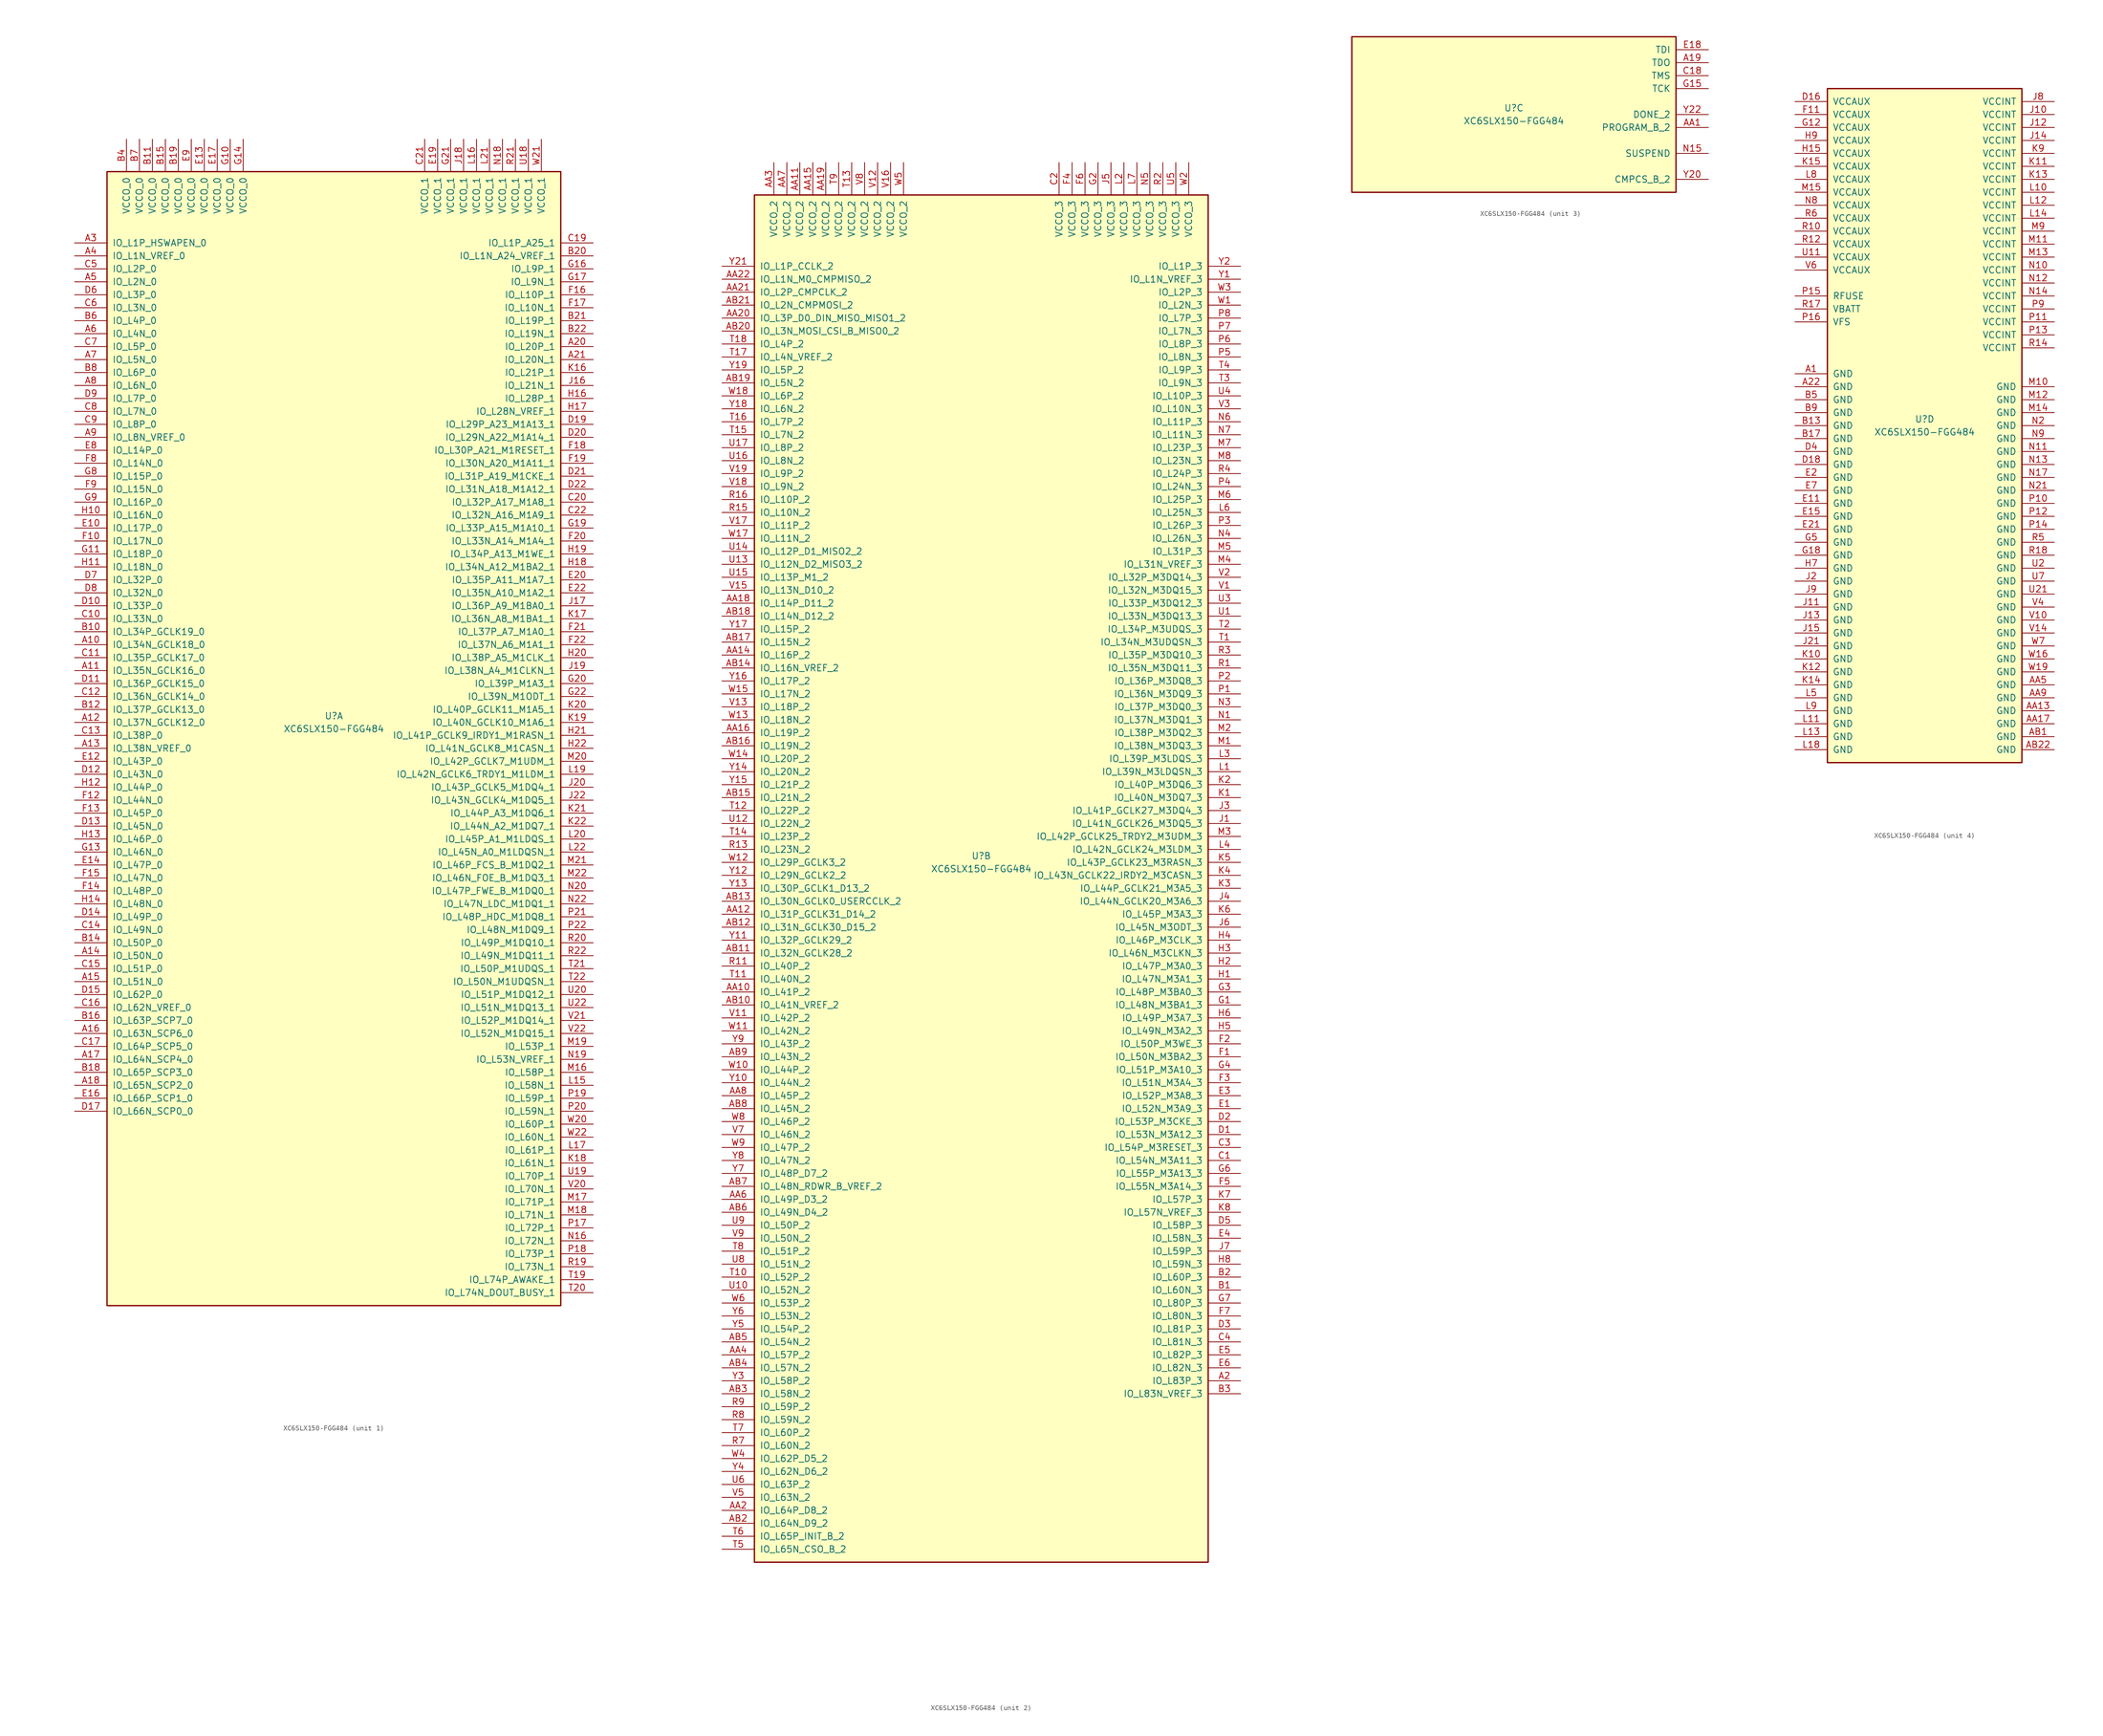
<source format=kicad_sym>
(kicad_symbol_lib
  (version 20211014)
  (generator kicad_symbol_editor)
  (symbol "XC6SLX150-FGG484"
    (pin_names
      (offset 1.016))
    (property "Reference" "U"
      (at 0 1.27 0)
      (effects (font (size 1.27 1.27))))
    (property "Value" "XC6SLX150-FGG484"
      (at 0 -1.27 0)
      (effects (font (size 1.27 1.27))))
    (property "Datasheet" ""
      (at 0 0 0)
      (effects (font (size 1.27 1.27))))
    (property "ki_locked" ""
      (at 0 0 0)
      (effects (font (size 1.27 1.27))))
    (symbol "XC6SLX150-FGG484_1_1"
      (rectangle (start -44.45 107.95) (end 44.45 -114.3) (stroke (width 0.254) (type default) (color 0 0 0 0)) (fill (type background)))
      (pin bidirectional line (at -50.8 15.24 0) (length 6.35) (name "IO_L34N_GCLK18_0" (effects (font (size 1.27 1.27)))) (number "A10" (effects (font (size 1.27 1.27)))))
      (pin bidirectional line (at -50.8 10.16 0) (length 6.35) (name "IO_L35N_GCLK16_0" (effects (font (size 1.27 1.27)))) (number "A11" (effects (font (size 1.27 1.27)))))
      (pin bidirectional line (at -50.8 0 0) (length 6.35) (name "IO_L37N_GCLK12_0" (effects (font (size 1.27 1.27)))) (number "A12" (effects (font (size 1.27 1.27)))))
      (pin bidirectional line (at -50.8 -5.08 0) (length 6.35) (name "IO_L38N_VREF_0" (effects (font (size 1.27 1.27)))) (number "A13" (effects (font (size 1.27 1.27)))))
      (pin bidirectional line (at -50.8 -45.72 0) (length 6.35) (name "IO_L50N_0" (effects (font (size 1.27 1.27)))) (number "A14" (effects (font (size 1.27 1.27)))))
      (pin bidirectional line (at -50.8 -50.8 0) (length 6.35) (name "IO_L51N_0" (effects (font (size 1.27 1.27)))) (number "A15" (effects (font (size 1.27 1.27)))))
      (pin bidirectional line (at -50.8 -60.96 0) (length 6.35) (name "IO_L63N_SCP6_0" (effects (font (size 1.27 1.27)))) (number "A16" (effects (font (size 1.27 1.27)))))
      (pin bidirectional line (at -50.8 -66.04 0) (length 6.35) (name "IO_L64N_SCP4_0" (effects (font (size 1.27 1.27)))) (number "A17" (effects (font (size 1.27 1.27)))))
      (pin bidirectional line (at -50.8 -71.12 0) (length 6.35) (name "IO_L65N_SCP2_0" (effects (font (size 1.27 1.27)))) (number "A18" (effects (font (size 1.27 1.27)))))
      (pin bidirectional line (at 50.8 73.66 180) (length 6.35) (name "IO_L20P_1" (effects (font (size 1.27 1.27)))) (number "A20" (effects (font (size 1.27 1.27)))))
      (pin bidirectional line (at 50.8 71.12 180) (length 6.35) (name "IO_L20N_1" (effects (font (size 1.27 1.27)))) (number "A21" (effects (font (size 1.27 1.27)))))
      (pin bidirectional line (at -50.8 93.98 0) (length 6.35) (name "IO_L1P_HSWAPEN_0" (effects (font (size 1.27 1.27)))) (number "A3" (effects (font (size 1.27 1.27)))))
      (pin bidirectional line (at -50.8 91.44 0) (length 6.35) (name "IO_L1N_VREF_0" (effects (font (size 1.27 1.27)))) (number "A4" (effects (font (size 1.27 1.27)))))
      (pin bidirectional line (at -50.8 86.36 0) (length 6.35) (name "IO_L2N_0" (effects (font (size 1.27 1.27)))) (number "A5" (effects (font (size 1.27 1.27)))))
      (pin bidirectional line (at -50.8 76.2 0) (length 6.35) (name "IO_L4N_0" (effects (font (size 1.27 1.27)))) (number "A6" (effects (font (size 1.27 1.27)))))
      (pin bidirectional line (at -50.8 71.12 0) (length 6.35) (name "IO_L5N_0" (effects (font (size 1.27 1.27)))) (number "A7" (effects (font (size 1.27 1.27)))))
      (pin bidirectional line (at -50.8 66.04 0) (length 6.35) (name "IO_L6N_0" (effects (font (size 1.27 1.27)))) (number "A8" (effects (font (size 1.27 1.27)))))
      (pin bidirectional line (at -50.8 55.88 0) (length 6.35) (name "IO_L8N_VREF_0" (effects (font (size 1.27 1.27)))) (number "A9" (effects (font (size 1.27 1.27)))))
      (pin bidirectional line (at -50.8 17.78 0) (length 6.35) (name "IO_L34P_GCLK19_0" (effects (font (size 1.27 1.27)))) (number "B10" (effects (font (size 1.27 1.27)))))
      (pin power_in line (at -35.56 114.3 270) (length 6.35) (name "VCCO_0" (effects (font (size 1.27 1.27)))) (number "B11" (effects (font (size 1.27 1.27)))))
      (pin bidirectional line (at -50.8 2.54 0) (length 6.35) (name "IO_L37P_GCLK13_0" (effects (font (size 1.27 1.27)))) (number "B12" (effects (font (size 1.27 1.27)))))
      (pin bidirectional line (at -50.8 -43.18 0) (length 6.35) (name "IO_L50P_0" (effects (font (size 1.27 1.27)))) (number "B14" (effects (font (size 1.27 1.27)))))
      (pin power_in line (at -33.02 114.3 270) (length 6.35) (name "VCCO_0" (effects (font (size 1.27 1.27)))) (number "B15" (effects (font (size 1.27 1.27)))))
      (pin bidirectional line (at -50.8 -58.42 0) (length 6.35) (name "IO_L63P_SCP7_0" (effects (font (size 1.27 1.27)))) (number "B16" (effects (font (size 1.27 1.27)))))
      (pin bidirectional line (at -50.8 -68.58 0) (length 6.35) (name "IO_L65P_SCP3_0" (effects (font (size 1.27 1.27)))) (number "B18" (effects (font (size 1.27 1.27)))))
      (pin power_in line (at -30.48 114.3 270) (length 6.35) (name "VCCO_0" (effects (font (size 1.27 1.27)))) (number "B19" (effects (font (size 1.27 1.27)))))
      (pin bidirectional line (at 50.8 91.44 180) (length 6.35) (name "IO_L1N_A24_VREF_1" (effects (font (size 1.27 1.27)))) (number "B20" (effects (font (size 1.27 1.27)))))
      (pin bidirectional line (at 50.8 78.74 180) (length 6.35) (name "IO_L19P_1" (effects (font (size 1.27 1.27)))) (number "B21" (effects (font (size 1.27 1.27)))))
      (pin bidirectional line (at 50.8 76.2 180) (length 6.35) (name "IO_L19N_1" (effects (font (size 1.27 1.27)))) (number "B22" (effects (font (size 1.27 1.27)))))
      (pin power_in line (at -40.64 114.3 270) (length 6.35) (name "VCCO_0" (effects (font (size 1.27 1.27)))) (number "B4" (effects (font (size 1.27 1.27)))))
      (pin bidirectional line (at -50.8 78.74 0) (length 6.35) (name "IO_L4P_0" (effects (font (size 1.27 1.27)))) (number "B6" (effects (font (size 1.27 1.27)))))
      (pin power_in line (at -38.1 114.3 270) (length 6.35) (name "VCCO_0" (effects (font (size 1.27 1.27)))) (number "B7" (effects (font (size 1.27 1.27)))))
      (pin bidirectional line (at -50.8 68.58 0) (length 6.35) (name "IO_L6P_0" (effects (font (size 1.27 1.27)))) (number "B8" (effects (font (size 1.27 1.27)))))
      (pin bidirectional line (at -50.8 20.32 0) (length 6.35) (name "IO_L33N_0" (effects (font (size 1.27 1.27)))) (number "C10" (effects (font (size 1.27 1.27)))))
      (pin bidirectional line (at -50.8 12.7 0) (length 6.35) (name "IO_L35P_GCLK17_0" (effects (font (size 1.27 1.27)))) (number "C11" (effects (font (size 1.27 1.27)))))
      (pin bidirectional line (at -50.8 5.08 0) (length 6.35) (name "IO_L36N_GCLK14_0" (effects (font (size 1.27 1.27)))) (number "C12" (effects (font (size 1.27 1.27)))))
      (pin bidirectional line (at -50.8 -2.54 0) (length 6.35) (name "IO_L38P_0" (effects (font (size 1.27 1.27)))) (number "C13" (effects (font (size 1.27 1.27)))))
      (pin bidirectional line (at -50.8 -40.64 0) (length 6.35) (name "IO_L49N_0" (effects (font (size 1.27 1.27)))) (number "C14" (effects (font (size 1.27 1.27)))))
      (pin bidirectional line (at -50.8 -48.26 0) (length 6.35) (name "IO_L51P_0" (effects (font (size 1.27 1.27)))) (number "C15" (effects (font (size 1.27 1.27)))))
      (pin bidirectional line (at -50.8 -55.88 0) (length 6.35) (name "IO_L62N_VREF_0" (effects (font (size 1.27 1.27)))) (number "C16" (effects (font (size 1.27 1.27)))))
      (pin bidirectional line (at -50.8 -63.5 0) (length 6.35) (name "IO_L64P_SCP5_0" (effects (font (size 1.27 1.27)))) (number "C17" (effects (font (size 1.27 1.27)))))
      (pin bidirectional line (at 50.8 93.98 180) (length 6.35) (name "IO_L1P_A25_1" (effects (font (size 1.27 1.27)))) (number "C19" (effects (font (size 1.27 1.27)))))
      (pin bidirectional line (at 50.8 43.18 180) (length 6.35) (name "IO_L32P_A17_M1A8_1" (effects (font (size 1.27 1.27)))) (number "C20" (effects (font (size 1.27 1.27)))))
      (pin power_in line (at 17.78 114.3 270) (length 6.35) (name "VCCO_1" (effects (font (size 1.27 1.27)))) (number "C21" (effects (font (size 1.27 1.27)))))
      (pin bidirectional line (at 50.8 40.64 180) (length 6.35) (name "IO_L32N_A16_M1A9_1" (effects (font (size 1.27 1.27)))) (number "C22" (effects (font (size 1.27 1.27)))))
      (pin bidirectional line (at -50.8 88.9 0) (length 6.35) (name "IO_L2P_0" (effects (font (size 1.27 1.27)))) (number "C5" (effects (font (size 1.27 1.27)))))
      (pin bidirectional line (at -50.8 81.28 0) (length 6.35) (name "IO_L3N_0" (effects (font (size 1.27 1.27)))) (number "C6" (effects (font (size 1.27 1.27)))))
      (pin bidirectional line (at -50.8 73.66 0) (length 6.35) (name "IO_L5P_0" (effects (font (size 1.27 1.27)))) (number "C7" (effects (font (size 1.27 1.27)))))
      (pin bidirectional line (at -50.8 60.96 0) (length 6.35) (name "IO_L7N_0" (effects (font (size 1.27 1.27)))) (number "C8" (effects (font (size 1.27 1.27)))))
      (pin bidirectional line (at -50.8 58.42 0) (length 6.35) (name "IO_L8P_0" (effects (font (size 1.27 1.27)))) (number "C9" (effects (font (size 1.27 1.27)))))
      (pin bidirectional line (at -50.8 22.86 0) (length 6.35) (name "IO_L33P_0" (effects (font (size 1.27 1.27)))) (number "D10" (effects (font (size 1.27 1.27)))))
      (pin bidirectional line (at -50.8 7.62 0) (length 6.35) (name "IO_L36P_GCLK15_0" (effects (font (size 1.27 1.27)))) (number "D11" (effects (font (size 1.27 1.27)))))
      (pin bidirectional line (at -50.8 -10.16 0) (length 6.35) (name "IO_L43N_0" (effects (font (size 1.27 1.27)))) (number "D12" (effects (font (size 1.27 1.27)))))
      (pin bidirectional line (at -50.8 -20.32 0) (length 6.35) (name "IO_L45N_0" (effects (font (size 1.27 1.27)))) (number "D13" (effects (font (size 1.27 1.27)))))
      (pin bidirectional line (at -50.8 -38.1 0) (length 6.35) (name "IO_L49P_0" (effects (font (size 1.27 1.27)))) (number "D14" (effects (font (size 1.27 1.27)))))
      (pin bidirectional line (at -50.8 -53.34 0) (length 6.35) (name "IO_L62P_0" (effects (font (size 1.27 1.27)))) (number "D15" (effects (font (size 1.27 1.27)))))
      (pin bidirectional line (at -50.8 -76.2 0) (length 6.35) (name "IO_L66N_SCP0_0" (effects (font (size 1.27 1.27)))) (number "D17" (effects (font (size 1.27 1.27)))))
      (pin bidirectional line (at 50.8 58.42 180) (length 6.35) (name "IO_L29P_A23_M1A13_1" (effects (font (size 1.27 1.27)))) (number "D19" (effects (font (size 1.27 1.27)))))
      (pin bidirectional line (at 50.8 55.88 180) (length 6.35) (name "IO_L29N_A22_M1A14_1" (effects (font (size 1.27 1.27)))) (number "D20" (effects (font (size 1.27 1.27)))))
      (pin bidirectional line (at 50.8 48.26 180) (length 6.35) (name "IO_L31P_A19_M1CKE_1" (effects (font (size 1.27 1.27)))) (number "D21" (effects (font (size 1.27 1.27)))))
      (pin bidirectional line (at 50.8 45.72 180) (length 6.35) (name "IO_L31N_A18_M1A12_1" (effects (font (size 1.27 1.27)))) (number "D22" (effects (font (size 1.27 1.27)))))
      (pin bidirectional line (at -50.8 83.82 0) (length 6.35) (name "IO_L3P_0" (effects (font (size 1.27 1.27)))) (number "D6" (effects (font (size 1.27 1.27)))))
      (pin bidirectional line (at -50.8 27.94 0) (length 6.35) (name "IO_L32P_0" (effects (font (size 1.27 1.27)))) (number "D7" (effects (font (size 1.27 1.27)))))
      (pin bidirectional line (at -50.8 25.4 0) (length 6.35) (name "IO_L32N_0" (effects (font (size 1.27 1.27)))) (number "D8" (effects (font (size 1.27 1.27)))))
      (pin bidirectional line (at -50.8 63.5 0) (length 6.35) (name "IO_L7P_0" (effects (font (size 1.27 1.27)))) (number "D9" (effects (font (size 1.27 1.27)))))
      (pin bidirectional line (at -50.8 38.1 0) (length 6.35) (name "IO_L17P_0" (effects (font (size 1.27 1.27)))) (number "E10" (effects (font (size 1.27 1.27)))))
      (pin bidirectional line (at -50.8 -7.62 0) (length 6.35) (name "IO_L43P_0" (effects (font (size 1.27 1.27)))) (number "E12" (effects (font (size 1.27 1.27)))))
      (pin power_in line (at -25.4 114.3 270) (length 6.35) (name "VCCO_0" (effects (font (size 1.27 1.27)))) (number "E13" (effects (font (size 1.27 1.27)))))
      (pin bidirectional line (at -50.8 -27.94 0) (length 6.35) (name "IO_L47P_0" (effects (font (size 1.27 1.27)))) (number "E14" (effects (font (size 1.27 1.27)))))
      (pin bidirectional line (at -50.8 -73.66 0) (length 6.35) (name "IO_L66P_SCP1_0" (effects (font (size 1.27 1.27)))) (number "E16" (effects (font (size 1.27 1.27)))))
      (pin power_in line (at -22.86 114.3 270) (length 6.35) (name "VCCO_0" (effects (font (size 1.27 1.27)))) (number "E17" (effects (font (size 1.27 1.27)))))
      (pin power_in line (at 20.32 114.3 270) (length 6.35) (name "VCCO_1" (effects (font (size 1.27 1.27)))) (number "E19" (effects (font (size 1.27 1.27)))))
      (pin bidirectional line (at 50.8 27.94 180) (length 6.35) (name "IO_L35P_A11_M1A7_1" (effects (font (size 1.27 1.27)))) (number "E20" (effects (font (size 1.27 1.27)))))
      (pin bidirectional line (at 50.8 25.4 180) (length 6.35) (name "IO_L35N_A10_M1A2_1" (effects (font (size 1.27 1.27)))) (number "E22" (effects (font (size 1.27 1.27)))))
      (pin bidirectional line (at -50.8 53.34 0) (length 6.35) (name "IO_L14P_0" (effects (font (size 1.27 1.27)))) (number "E8" (effects (font (size 1.27 1.27)))))
      (pin power_in line (at -27.94 114.3 270) (length 6.35) (name "VCCO_0" (effects (font (size 1.27 1.27)))) (number "E9" (effects (font (size 1.27 1.27)))))
      (pin bidirectional line (at -50.8 35.56 0) (length 6.35) (name "IO_L17N_0" (effects (font (size 1.27 1.27)))) (number "F10" (effects (font (size 1.27 1.27)))))
      (pin bidirectional line (at -50.8 -15.24 0) (length 6.35) (name "IO_L44N_0" (effects (font (size 1.27 1.27)))) (number "F12" (effects (font (size 1.27 1.27)))))
      (pin bidirectional line (at -50.8 -17.78 0) (length 6.35) (name "IO_L45P_0" (effects (font (size 1.27 1.27)))) (number "F13" (effects (font (size 1.27 1.27)))))
      (pin bidirectional line (at -50.8 -33.02 0) (length 6.35) (name "IO_L48P_0" (effects (font (size 1.27 1.27)))) (number "F14" (effects (font (size 1.27 1.27)))))
      (pin bidirectional line (at -50.8 -30.48 0) (length 6.35) (name "IO_L47N_0" (effects (font (size 1.27 1.27)))) (number "F15" (effects (font (size 1.27 1.27)))))
      (pin bidirectional line (at 50.8 83.82 180) (length 6.35) (name "IO_L10P_1" (effects (font (size 1.27 1.27)))) (number "F16" (effects (font (size 1.27 1.27)))))
      (pin bidirectional line (at 50.8 81.28 180) (length 6.35) (name "IO_L10N_1" (effects (font (size 1.27 1.27)))) (number "F17" (effects (font (size 1.27 1.27)))))
      (pin bidirectional line (at 50.8 53.34 180) (length 6.35) (name "IO_L30P_A21_M1RESET_1" (effects (font (size 1.27 1.27)))) (number "F18" (effects (font (size 1.27 1.27)))))
      (pin bidirectional line (at 50.8 50.8 180) (length 6.35) (name "IO_L30N_A20_M1A11_1" (effects (font (size 1.27 1.27)))) (number "F19" (effects (font (size 1.27 1.27)))))
      (pin bidirectional line (at 50.8 35.56 180) (length 6.35) (name "IO_L33N_A14_M1A4_1" (effects (font (size 1.27 1.27)))) (number "F20" (effects (font (size 1.27 1.27)))))
      (pin bidirectional line (at 50.8 17.78 180) (length 6.35) (name "IO_L37P_A7_M1A0_1" (effects (font (size 1.27 1.27)))) (number "F21" (effects (font (size 1.27 1.27)))))
      (pin bidirectional line (at 50.8 15.24 180) (length 6.35) (name "IO_L37N_A6_M1A1_1" (effects (font (size 1.27 1.27)))) (number "F22" (effects (font (size 1.27 1.27)))))
      (pin bidirectional line (at -50.8 50.8 0) (length 6.35) (name "IO_L14N_0" (effects (font (size 1.27 1.27)))) (number "F8" (effects (font (size 1.27 1.27)))))
      (pin bidirectional line (at -50.8 45.72 0) (length 6.35) (name "IO_L15N_0" (effects (font (size 1.27 1.27)))) (number "F9" (effects (font (size 1.27 1.27)))))
      (pin power_in line (at -20.32 114.3 270) (length 6.35) (name "VCCO_0" (effects (font (size 1.27 1.27)))) (number "G10" (effects (font (size 1.27 1.27)))))
      (pin bidirectional line (at -50.8 33.02 0) (length 6.35) (name "IO_L18P_0" (effects (font (size 1.27 1.27)))) (number "G11" (effects (font (size 1.27 1.27)))))
      (pin bidirectional line (at -50.8 -25.4 0) (length 6.35) (name "IO_L46N_0" (effects (font (size 1.27 1.27)))) (number "G13" (effects (font (size 1.27 1.27)))))
      (pin power_in line (at -17.78 114.3 270) (length 6.35) (name "VCCO_0" (effects (font (size 1.27 1.27)))) (number "G14" (effects (font (size 1.27 1.27)))))
      (pin bidirectional line (at 50.8 88.9 180) (length 6.35) (name "IO_L9P_1" (effects (font (size 1.27 1.27)))) (number "G16" (effects (font (size 1.27 1.27)))))
      (pin bidirectional line (at 50.8 86.36 180) (length 6.35) (name "IO_L9N_1" (effects (font (size 1.27 1.27)))) (number "G17" (effects (font (size 1.27 1.27)))))
      (pin bidirectional line (at 50.8 38.1 180) (length 6.35) (name "IO_L33P_A15_M1A10_1" (effects (font (size 1.27 1.27)))) (number "G19" (effects (font (size 1.27 1.27)))))
      (pin bidirectional line (at 50.8 7.62 180) (length 6.35) (name "IO_L39P_M1A3_1" (effects (font (size 1.27 1.27)))) (number "G20" (effects (font (size 1.27 1.27)))))
      (pin power_in line (at 22.86 114.3 270) (length 6.35) (name "VCCO_1" (effects (font (size 1.27 1.27)))) (number "G21" (effects (font (size 1.27 1.27)))))
      (pin bidirectional line (at 50.8 5.08 180) (length 6.35) (name "IO_L39N_M1ODT_1" (effects (font (size 1.27 1.27)))) (number "G22" (effects (font (size 1.27 1.27)))))
      (pin bidirectional line (at -50.8 48.26 0) (length 6.35) (name "IO_L15P_0" (effects (font (size 1.27 1.27)))) (number "G8" (effects (font (size 1.27 1.27)))))
      (pin bidirectional line (at -50.8 43.18 0) (length 6.35) (name "IO_L16P_0" (effects (font (size 1.27 1.27)))) (number "G9" (effects (font (size 1.27 1.27)))))
      (pin bidirectional line (at -50.8 40.64 0) (length 6.35) (name "IO_L16N_0" (effects (font (size 1.27 1.27)))) (number "H10" (effects (font (size 1.27 1.27)))))
      (pin bidirectional line (at -50.8 30.48 0) (length 6.35) (name "IO_L18N_0" (effects (font (size 1.27 1.27)))) (number "H11" (effects (font (size 1.27 1.27)))))
      (pin bidirectional line (at -50.8 -12.7 0) (length 6.35) (name "IO_L44P_0" (effects (font (size 1.27 1.27)))) (number "H12" (effects (font (size 1.27 1.27)))))
      (pin bidirectional line (at -50.8 -22.86 0) (length 6.35) (name "IO_L46P_0" (effects (font (size 1.27 1.27)))) (number "H13" (effects (font (size 1.27 1.27)))))
      (pin bidirectional line (at -50.8 -35.56 0) (length 6.35) (name "IO_L48N_0" (effects (font (size 1.27 1.27)))) (number "H14" (effects (font (size 1.27 1.27)))))
      (pin bidirectional line (at 50.8 63.5 180) (length 6.35) (name "IO_L28P_1" (effects (font (size 1.27 1.27)))) (number "H16" (effects (font (size 1.27 1.27)))))
      (pin bidirectional line (at 50.8 60.96 180) (length 6.35) (name "IO_L28N_VREF_1" (effects (font (size 1.27 1.27)))) (number "H17" (effects (font (size 1.27 1.27)))))
      (pin bidirectional line (at 50.8 30.48 180) (length 6.35) (name "IO_L34N_A12_M1BA2_1" (effects (font (size 1.27 1.27)))) (number "H18" (effects (font (size 1.27 1.27)))))
      (pin bidirectional line (at 50.8 33.02 180) (length 6.35) (name "IO_L34P_A13_M1WE_1" (effects (font (size 1.27 1.27)))) (number "H19" (effects (font (size 1.27 1.27)))))
      (pin bidirectional line (at 50.8 12.7 180) (length 6.35) (name "IO_L38P_A5_M1CLK_1" (effects (font (size 1.27 1.27)))) (number "H20" (effects (font (size 1.27 1.27)))))
      (pin bidirectional line (at 50.8 -2.54 180) (length 6.35) (name "IO_L41P_GCLK9_IRDY1_M1RASN_1" (effects (font (size 1.27 1.27)))) (number "H21" (effects (font (size 1.27 1.27)))))
      (pin bidirectional line (at 50.8 -5.08 180) (length 6.35) (name "IO_L41N_GCLK8_M1CASN_1" (effects (font (size 1.27 1.27)))) (number "H22" (effects (font (size 1.27 1.27)))))
      (pin bidirectional line (at 50.8 66.04 180) (length 6.35) (name "IO_L21N_1" (effects (font (size 1.27 1.27)))) (number "J16" (effects (font (size 1.27 1.27)))))
      (pin bidirectional line (at 50.8 22.86 180) (length 6.35) (name "IO_L36P_A9_M1BA0_1" (effects (font (size 1.27 1.27)))) (number "J17" (effects (font (size 1.27 1.27)))))
      (pin power_in line (at 25.4 114.3 270) (length 6.35) (name "VCCO_1" (effects (font (size 1.27 1.27)))) (number "J18" (effects (font (size 1.27 1.27)))))
      (pin bidirectional line (at 50.8 10.16 180) (length 6.35) (name "IO_L38N_A4_M1CLKN_1" (effects (font (size 1.27 1.27)))) (number "J19" (effects (font (size 1.27 1.27)))))
      (pin bidirectional line (at 50.8 -12.7 180) (length 6.35) (name "IO_L43P_GCLK5_M1DQ4_1" (effects (font (size 1.27 1.27)))) (number "J20" (effects (font (size 1.27 1.27)))))
      (pin bidirectional line (at 50.8 -15.24 180) (length 6.35) (name "IO_L43N_GCLK4_M1DQ5_1" (effects (font (size 1.27 1.27)))) (number "J22" (effects (font (size 1.27 1.27)))))
      (pin bidirectional line (at 50.8 68.58 180) (length 6.35) (name "IO_L21P_1" (effects (font (size 1.27 1.27)))) (number "K16" (effects (font (size 1.27 1.27)))))
      (pin bidirectional line (at 50.8 20.32 180) (length 6.35) (name "IO_L36N_A8_M1BA1_1" (effects (font (size 1.27 1.27)))) (number "K17" (effects (font (size 1.27 1.27)))))
      (pin bidirectional line (at 50.8 -86.36 180) (length 6.35) (name "IO_L61N_1" (effects (font (size 1.27 1.27)))) (number "K18" (effects (font (size 1.27 1.27)))))
      (pin bidirectional line (at 50.8 0 180) (length 6.35) (name "IO_L40N_GCLK10_M1A6_1" (effects (font (size 1.27 1.27)))) (number "K19" (effects (font (size 1.27 1.27)))))
      (pin bidirectional line (at 50.8 2.54 180) (length 6.35) (name "IO_L40P_GCLK11_M1A5_1" (effects (font (size 1.27 1.27)))) (number "K20" (effects (font (size 1.27 1.27)))))
      (pin bidirectional line (at 50.8 -17.78 180) (length 6.35) (name "IO_L44P_A3_M1DQ6_1" (effects (font (size 1.27 1.27)))) (number "K21" (effects (font (size 1.27 1.27)))))
      (pin bidirectional line (at 50.8 -20.32 180) (length 6.35) (name "IO_L44N_A2_M1DQ7_1" (effects (font (size 1.27 1.27)))) (number "K22" (effects (font (size 1.27 1.27)))))
      (pin bidirectional line (at 50.8 -71.12 180) (length 6.35) (name "IO_L58N_1" (effects (font (size 1.27 1.27)))) (number "L15" (effects (font (size 1.27 1.27)))))
      (pin power_in line (at 27.94 114.3 270) (length 6.35) (name "VCCO_1" (effects (font (size 1.27 1.27)))) (number "L16" (effects (font (size 1.27 1.27)))))
      (pin bidirectional line (at 50.8 -83.82 180) (length 6.35) (name "IO_L61P_1" (effects (font (size 1.27 1.27)))) (number "L17" (effects (font (size 1.27 1.27)))))
      (pin bidirectional line (at 50.8 -10.16 180) (length 6.35) (name "IO_L42N_GCLK6_TRDY1_M1LDM_1" (effects (font (size 1.27 1.27)))) (number "L19" (effects (font (size 1.27 1.27)))))
      (pin bidirectional line (at 50.8 -22.86 180) (length 6.35) (name "IO_L45P_A1_M1LDQS_1" (effects (font (size 1.27 1.27)))) (number "L20" (effects (font (size 1.27 1.27)))))
      (pin power_in line (at 30.48 114.3 270) (length 6.35) (name "VCCO_1" (effects (font (size 1.27 1.27)))) (number "L21" (effects (font (size 1.27 1.27)))))
      (pin bidirectional line (at 50.8 -25.4 180) (length 6.35) (name "IO_L45N_A0_M1LDQSN_1" (effects (font (size 1.27 1.27)))) (number "L22" (effects (font (size 1.27 1.27)))))
      (pin bidirectional line (at 50.8 -68.58 180) (length 6.35) (name "IO_L58P_1" (effects (font (size 1.27 1.27)))) (number "M16" (effects (font (size 1.27 1.27)))))
      (pin bidirectional line (at 50.8 -93.98 180) (length 6.35) (name "IO_L71P_1" (effects (font (size 1.27 1.27)))) (number "M17" (effects (font (size 1.27 1.27)))))
      (pin bidirectional line (at 50.8 -96.52 180) (length 6.35) (name "IO_L71N_1" (effects (font (size 1.27 1.27)))) (number "M18" (effects (font (size 1.27 1.27)))))
      (pin bidirectional line (at 50.8 -63.5 180) (length 6.35) (name "IO_L53P_1" (effects (font (size 1.27 1.27)))) (number "M19" (effects (font (size 1.27 1.27)))))
      (pin bidirectional line (at 50.8 -7.62 180) (length 6.35) (name "IO_L42P_GCLK7_M1UDM_1" (effects (font (size 1.27 1.27)))) (number "M20" (effects (font (size 1.27 1.27)))))
      (pin bidirectional line (at 50.8 -27.94 180) (length 6.35) (name "IO_L46P_FCS_B_M1DQ2_1" (effects (font (size 1.27 1.27)))) (number "M21" (effects (font (size 1.27 1.27)))))
      (pin bidirectional line (at 50.8 -30.48 180) (length 6.35) (name "IO_L46N_FOE_B_M1DQ3_1" (effects (font (size 1.27 1.27)))) (number "M22" (effects (font (size 1.27 1.27)))))
      (pin bidirectional line (at 50.8 -101.6 180) (length 6.35) (name "IO_L72N_1" (effects (font (size 1.27 1.27)))) (number "N16" (effects (font (size 1.27 1.27)))))
      (pin power_in line (at 33.02 114.3 270) (length 6.35) (name "VCCO_1" (effects (font (size 1.27 1.27)))) (number "N18" (effects (font (size 1.27 1.27)))))
      (pin bidirectional line (at 50.8 -66.04 180) (length 6.35) (name "IO_L53N_VREF_1" (effects (font (size 1.27 1.27)))) (number "N19" (effects (font (size 1.27 1.27)))))
      (pin bidirectional line (at 50.8 -33.02 180) (length 6.35) (name "IO_L47P_FWE_B_M1DQ0_1" (effects (font (size 1.27 1.27)))) (number "N20" (effects (font (size 1.27 1.27)))))
      (pin bidirectional line (at 50.8 -35.56 180) (length 6.35) (name "IO_L47N_LDC_M1DQ1_1" (effects (font (size 1.27 1.27)))) (number "N22" (effects (font (size 1.27 1.27)))))
      (pin bidirectional line (at 50.8 -99.06 180) (length 6.35) (name "IO_L72P_1" (effects (font (size 1.27 1.27)))) (number "P17" (effects (font (size 1.27 1.27)))))
      (pin bidirectional line (at 50.8 -104.14 180) (length 6.35) (name "IO_L73P_1" (effects (font (size 1.27 1.27)))) (number "P18" (effects (font (size 1.27 1.27)))))
      (pin bidirectional line (at 50.8 -73.66 180) (length 6.35) (name "IO_L59P_1" (effects (font (size 1.27 1.27)))) (number "P19" (effects (font (size 1.27 1.27)))))
      (pin bidirectional line (at 50.8 -76.2 180) (length 6.35) (name "IO_L59N_1" (effects (font (size 1.27 1.27)))) (number "P20" (effects (font (size 1.27 1.27)))))
      (pin bidirectional line (at 50.8 -38.1 180) (length 6.35) (name "IO_L48P_HDC_M1DQ8_1" (effects (font (size 1.27 1.27)))) (number "P21" (effects (font (size 1.27 1.27)))))
      (pin bidirectional line (at 50.8 -40.64 180) (length 6.35) (name "IO_L48N_M1DQ9_1" (effects (font (size 1.27 1.27)))) (number "P22" (effects (font (size 1.27 1.27)))))
      (pin bidirectional line (at 50.8 -106.68 180) (length 6.35) (name "IO_L73N_1" (effects (font (size 1.27 1.27)))) (number "R19" (effects (font (size 1.27 1.27)))))
      (pin bidirectional line (at 50.8 -43.18 180) (length 6.35) (name "IO_L49P_M1DQ10_1" (effects (font (size 1.27 1.27)))) (number "R20" (effects (font (size 1.27 1.27)))))
      (pin power_in line (at 35.56 114.3 270) (length 6.35) (name "VCCO_1" (effects (font (size 1.27 1.27)))) (number "R21" (effects (font (size 1.27 1.27)))))
      (pin bidirectional line (at 50.8 -45.72 180) (length 6.35) (name "IO_L49N_M1DQ11_1" (effects (font (size 1.27 1.27)))) (number "R22" (effects (font (size 1.27 1.27)))))
      (pin bidirectional line (at 50.8 -109.22 180) (length 6.35) (name "IO_L74P_AWAKE_1" (effects (font (size 1.27 1.27)))) (number "T19" (effects (font (size 1.27 1.27)))))
      (pin bidirectional line (at 50.8 -111.76 180) (length 6.35) (name "IO_L74N_DOUT_BUSY_1" (effects (font (size 1.27 1.27)))) (number "T20" (effects (font (size 1.27 1.27)))))
      (pin bidirectional line (at 50.8 -48.26 180) (length 6.35) (name "IO_L50P_M1UDQS_1" (effects (font (size 1.27 1.27)))) (number "T21" (effects (font (size 1.27 1.27)))))
      (pin bidirectional line (at 50.8 -50.8 180) (length 6.35) (name "IO_L50N_M1UDQSN_1" (effects (font (size 1.27 1.27)))) (number "T22" (effects (font (size 1.27 1.27)))))
      (pin power_in line (at 38.1 114.3 270) (length 6.35) (name "VCCO_1" (effects (font (size 1.27 1.27)))) (number "U18" (effects (font (size 1.27 1.27)))))
      (pin bidirectional line (at 50.8 -88.9 180) (length 6.35) (name "IO_L70P_1" (effects (font (size 1.27 1.27)))) (number "U19" (effects (font (size 1.27 1.27)))))
      (pin bidirectional line (at 50.8 -53.34 180) (length 6.35) (name "IO_L51P_M1DQ12_1" (effects (font (size 1.27 1.27)))) (number "U20" (effects (font (size 1.27 1.27)))))
      (pin bidirectional line (at 50.8 -55.88 180) (length 6.35) (name "IO_L51N_M1DQ13_1" (effects (font (size 1.27 1.27)))) (number "U22" (effects (font (size 1.27 1.27)))))
      (pin bidirectional line (at 50.8 -91.44 180) (length 6.35) (name "IO_L70N_1" (effects (font (size 1.27 1.27)))) (number "V20" (effects (font (size 1.27 1.27)))))
      (pin bidirectional line (at 50.8 -58.42 180) (length 6.35) (name "IO_L52P_M1DQ14_1" (effects (font (size 1.27 1.27)))) (number "V21" (effects (font (size 1.27 1.27)))))
      (pin bidirectional line (at 50.8 -60.96 180) (length 6.35) (name "IO_L52N_M1DQ15_1" (effects (font (size 1.27 1.27)))) (number "V22" (effects (font (size 1.27 1.27)))))
      (pin bidirectional line (at 50.8 -78.74 180) (length 6.35) (name "IO_L60P_1" (effects (font (size 1.27 1.27)))) (number "W20" (effects (font (size 1.27 1.27)))))
      (pin power_in line (at 40.64 114.3 270) (length 6.35) (name "VCCO_1" (effects (font (size 1.27 1.27)))) (number "W21" (effects (font (size 1.27 1.27)))))
      (pin bidirectional line (at 50.8 -81.28 180) (length 6.35) (name "IO_L60N_1" (effects (font (size 1.27 1.27)))) (number "W22" (effects (font (size 1.27 1.27))))))
    (symbol "XC6SLX150-FGG484_2_1"
      (rectangle (start -44.45 130.81) (end 44.45 -137.16) (stroke (width 0.254) (type default) (color 0 0 0 0)) (fill (type background)))
      (pin bidirectional line (at 50.8 -101.6 180) (length 6.35) (name "IO_L83P_3" (effects (font (size 1.27 1.27)))) (number "A2" (effects (font (size 1.27 1.27)))))
      (pin bidirectional line (at -50.8 -25.4 0) (length 6.35) (name "IO_L41P_2" (effects (font (size 1.27 1.27)))) (number "AA10" (effects (font (size 1.27 1.27)))))
      (pin power_in line (at -35.56 137.16 270) (length 6.35) (name "VCCO_2" (effects (font (size 1.27 1.27)))) (number "AA11" (effects (font (size 1.27 1.27)))))
      (pin bidirectional line (at -50.8 -10.16 0) (length 6.35) (name "IO_L31P_GCLK31_D14_2" (effects (font (size 1.27 1.27)))) (number "AA12" (effects (font (size 1.27 1.27)))))
      (pin bidirectional line (at -50.8 40.64 0) (length 6.35) (name "IO_L16P_2" (effects (font (size 1.27 1.27)))) (number "AA14" (effects (font (size 1.27 1.27)))))
      (pin power_in line (at -33.02 137.16 270) (length 6.35) (name "VCCO_2" (effects (font (size 1.27 1.27)))) (number "AA15" (effects (font (size 1.27 1.27)))))
      (pin bidirectional line (at -50.8 25.4 0) (length 6.35) (name "IO_L19P_2" (effects (font (size 1.27 1.27)))) (number "AA16" (effects (font (size 1.27 1.27)))))
      (pin bidirectional line (at -50.8 50.8 0) (length 6.35) (name "IO_L14P_D11_2" (effects (font (size 1.27 1.27)))) (number "AA18" (effects (font (size 1.27 1.27)))))
      (pin power_in line (at -30.48 137.16 270) (length 6.35) (name "VCCO_2" (effects (font (size 1.27 1.27)))) (number "AA19" (effects (font (size 1.27 1.27)))))
      (pin bidirectional line (at -50.8 -127 0) (length 6.35) (name "IO_L64P_D8_2" (effects (font (size 1.27 1.27)))) (number "AA2" (effects (font (size 1.27 1.27)))))
      (pin bidirectional line (at -50.8 106.68 0) (length 6.35) (name "IO_L3P_D0_DIN_MISO_MISO1_2" (effects (font (size 1.27 1.27)))) (number "AA20" (effects (font (size 1.27 1.27)))))
      (pin bidirectional line (at -50.8 111.76 0) (length 6.35) (name "IO_L2P_CMPCLK_2" (effects (font (size 1.27 1.27)))) (number "AA21" (effects (font (size 1.27 1.27)))))
      (pin bidirectional line (at -50.8 114.3 0) (length 6.35) (name "IO_L1N_M0_CMPMISO_2" (effects (font (size 1.27 1.27)))) (number "AA22" (effects (font (size 1.27 1.27)))))
      (pin power_in line (at -40.64 137.16 270) (length 6.35) (name "VCCO_2" (effects (font (size 1.27 1.27)))) (number "AA3" (effects (font (size 1.27 1.27)))))
      (pin bidirectional line (at -50.8 -96.52 0) (length 6.35) (name "IO_L57P_2" (effects (font (size 1.27 1.27)))) (number "AA4" (effects (font (size 1.27 1.27)))))
      (pin bidirectional line (at -50.8 -66.04 0) (length 6.35) (name "IO_L49P_D3_2" (effects (font (size 1.27 1.27)))) (number "AA6" (effects (font (size 1.27 1.27)))))
      (pin power_in line (at -38.1 137.16 270) (length 6.35) (name "VCCO_2" (effects (font (size 1.27 1.27)))) (number "AA7" (effects (font (size 1.27 1.27)))))
      (pin bidirectional line (at -50.8 -45.72 0) (length 6.35) (name "IO_L45P_2" (effects (font (size 1.27 1.27)))) (number "AA8" (effects (font (size 1.27 1.27)))))
      (pin bidirectional line (at -50.8 -27.94 0) (length 6.35) (name "IO_L41N_VREF_2" (effects (font (size 1.27 1.27)))) (number "AB10" (effects (font (size 1.27 1.27)))))
      (pin bidirectional line (at -50.8 -17.78 0) (length 6.35) (name "IO_L32N_GCLK28_2" (effects (font (size 1.27 1.27)))) (number "AB11" (effects (font (size 1.27 1.27)))))
      (pin bidirectional line (at -50.8 -12.7 0) (length 6.35) (name "IO_L31N_GCLK30_D15_2" (effects (font (size 1.27 1.27)))) (number "AB12" (effects (font (size 1.27 1.27)))))
      (pin bidirectional line (at -50.8 -7.62 0) (length 6.35) (name "IO_L30N_GCLK0_USERCCLK_2" (effects (font (size 1.27 1.27)))) (number "AB13" (effects (font (size 1.27 1.27)))))
      (pin bidirectional line (at -50.8 38.1 0) (length 6.35) (name "IO_L16N_VREF_2" (effects (font (size 1.27 1.27)))) (number "AB14" (effects (font (size 1.27 1.27)))))
      (pin bidirectional line (at -50.8 12.7 0) (length 6.35) (name "IO_L21N_2" (effects (font (size 1.27 1.27)))) (number "AB15" (effects (font (size 1.27 1.27)))))
      (pin bidirectional line (at -50.8 22.86 0) (length 6.35) (name "IO_L19N_2" (effects (font (size 1.27 1.27)))) (number "AB16" (effects (font (size 1.27 1.27)))))
      (pin bidirectional line (at -50.8 43.18 0) (length 6.35) (name "IO_L15N_2" (effects (font (size 1.27 1.27)))) (number "AB17" (effects (font (size 1.27 1.27)))))
      (pin bidirectional line (at -50.8 48.26 0) (length 6.35) (name "IO_L14N_D12_2" (effects (font (size 1.27 1.27)))) (number "AB18" (effects (font (size 1.27 1.27)))))
      (pin bidirectional line (at -50.8 93.98 0) (length 6.35) (name "IO_L5N_2" (effects (font (size 1.27 1.27)))) (number "AB19" (effects (font (size 1.27 1.27)))))
      (pin bidirectional line (at -50.8 -129.54 0) (length 6.35) (name "IO_L64N_D9_2" (effects (font (size 1.27 1.27)))) (number "AB2" (effects (font (size 1.27 1.27)))))
      (pin bidirectional line (at -50.8 104.14 0) (length 6.35) (name "IO_L3N_MOSI_CSI_B_MISO0_2" (effects (font (size 1.27 1.27)))) (number "AB20" (effects (font (size 1.27 1.27)))))
      (pin bidirectional line (at -50.8 109.22 0) (length 6.35) (name "IO_L2N_CMPMOSI_2" (effects (font (size 1.27 1.27)))) (number "AB21" (effects (font (size 1.27 1.27)))))
      (pin bidirectional line (at -50.8 -104.14 0) (length 6.35) (name "IO_L58N_2" (effects (font (size 1.27 1.27)))) (number "AB3" (effects (font (size 1.27 1.27)))))
      (pin bidirectional line (at -50.8 -99.06 0) (length 6.35) (name "IO_L57N_2" (effects (font (size 1.27 1.27)))) (number "AB4" (effects (font (size 1.27 1.27)))))
      (pin bidirectional line (at -50.8 -93.98 0) (length 6.35) (name "IO_L54N_2" (effects (font (size 1.27 1.27)))) (number "AB5" (effects (font (size 1.27 1.27)))))
      (pin bidirectional line (at -50.8 -68.58 0) (length 6.35) (name "IO_L49N_D4_2" (effects (font (size 1.27 1.27)))) (number "AB6" (effects (font (size 1.27 1.27)))))
      (pin bidirectional line (at -50.8 -63.5 0) (length 6.35) (name "IO_L48N_RDWR_B_VREF_2" (effects (font (size 1.27 1.27)))) (number "AB7" (effects (font (size 1.27 1.27)))))
      (pin bidirectional line (at -50.8 -48.26 0) (length 6.35) (name "IO_L45N_2" (effects (font (size 1.27 1.27)))) (number "AB8" (effects (font (size 1.27 1.27)))))
      (pin bidirectional line (at -50.8 -38.1 0) (length 6.35) (name "IO_L43N_2" (effects (font (size 1.27 1.27)))) (number "AB9" (effects (font (size 1.27 1.27)))))
      (pin bidirectional line (at 50.8 -83.82 180) (length 6.35) (name "IO_L60N_3" (effects (font (size 1.27 1.27)))) (number "B1" (effects (font (size 1.27 1.27)))))
      (pin bidirectional line (at 50.8 -81.28 180) (length 6.35) (name "IO_L60P_3" (effects (font (size 1.27 1.27)))) (number "B2" (effects (font (size 1.27 1.27)))))
      (pin bidirectional line (at 50.8 -104.14 180) (length 6.35) (name "IO_L83N_VREF_3" (effects (font (size 1.27 1.27)))) (number "B3" (effects (font (size 1.27 1.27)))))
      (pin bidirectional line (at 50.8 -58.42 180) (length 6.35) (name "IO_L54N_M3A11_3" (effects (font (size 1.27 1.27)))) (number "C1" (effects (font (size 1.27 1.27)))))
      (pin power_in line (at 15.24 137.16 270) (length 6.35) (name "VCCO_3" (effects (font (size 1.27 1.27)))) (number "C2" (effects (font (size 1.27 1.27)))))
      (pin bidirectional line (at 50.8 -55.88 180) (length 6.35) (name "IO_L54P_M3RESET_3" (effects (font (size 1.27 1.27)))) (number "C3" (effects (font (size 1.27 1.27)))))
      (pin bidirectional line (at 50.8 -93.98 180) (length 6.35) (name "IO_L81N_3" (effects (font (size 1.27 1.27)))) (number "C4" (effects (font (size 1.27 1.27)))))
      (pin bidirectional line (at 50.8 -53.34 180) (length 6.35) (name "IO_L53N_M3A12_3" (effects (font (size 1.27 1.27)))) (number "D1" (effects (font (size 1.27 1.27)))))
      (pin bidirectional line (at 50.8 -50.8 180) (length 6.35) (name "IO_L53P_M3CKE_3" (effects (font (size 1.27 1.27)))) (number "D2" (effects (font (size 1.27 1.27)))))
      (pin bidirectional line (at 50.8 -91.44 180) (length 6.35) (name "IO_L81P_3" (effects (font (size 1.27 1.27)))) (number "D3" (effects (font (size 1.27 1.27)))))
      (pin bidirectional line (at 50.8 -71.12 180) (length 6.35) (name "IO_L58P_3" (effects (font (size 1.27 1.27)))) (number "D5" (effects (font (size 1.27 1.27)))))
      (pin bidirectional line (at 50.8 -48.26 180) (length 6.35) (name "IO_L52N_M3A9_3" (effects (font (size 1.27 1.27)))) (number "E1" (effects (font (size 1.27 1.27)))))
      (pin bidirectional line (at 50.8 -45.72 180) (length 6.35) (name "IO_L52P_M3A8_3" (effects (font (size 1.27 1.27)))) (number "E3" (effects (font (size 1.27 1.27)))))
      (pin bidirectional line (at 50.8 -73.66 180) (length 6.35) (name "IO_L58N_3" (effects (font (size 1.27 1.27)))) (number "E4" (effects (font (size 1.27 1.27)))))
      (pin bidirectional line (at 50.8 -96.52 180) (length 6.35) (name "IO_L82P_3" (effects (font (size 1.27 1.27)))) (number "E5" (effects (font (size 1.27 1.27)))))
      (pin bidirectional line (at 50.8 -99.06 180) (length 6.35) (name "IO_L82N_3" (effects (font (size 1.27 1.27)))) (number "E6" (effects (font (size 1.27 1.27)))))
      (pin bidirectional line (at 50.8 -38.1 180) (length 6.35) (name "IO_L50N_M3BA2_3" (effects (font (size 1.27 1.27)))) (number "F1" (effects (font (size 1.27 1.27)))))
      (pin bidirectional line (at 50.8 -35.56 180) (length 6.35) (name "IO_L50P_M3WE_3" (effects (font (size 1.27 1.27)))) (number "F2" (effects (font (size 1.27 1.27)))))
      (pin bidirectional line (at 50.8 -43.18 180) (length 6.35) (name "IO_L51N_M3A4_3" (effects (font (size 1.27 1.27)))) (number "F3" (effects (font (size 1.27 1.27)))))
      (pin power_in line (at 17.78 137.16 270) (length 6.35) (name "VCCO_3" (effects (font (size 1.27 1.27)))) (number "F4" (effects (font (size 1.27 1.27)))))
      (pin bidirectional line (at 50.8 -63.5 180) (length 6.35) (name "IO_L55N_M3A14_3" (effects (font (size 1.27 1.27)))) (number "F5" (effects (font (size 1.27 1.27)))))
      (pin power_in line (at 20.32 137.16 270) (length 6.35) (name "VCCO_3" (effects (font (size 1.27 1.27)))) (number "F6" (effects (font (size 1.27 1.27)))))
      (pin bidirectional line (at 50.8 -88.9 180) (length 6.35) (name "IO_L80N_3" (effects (font (size 1.27 1.27)))) (number "F7" (effects (font (size 1.27 1.27)))))
      (pin bidirectional line (at 50.8 -27.94 180) (length 6.35) (name "IO_L48N_M3BA1_3" (effects (font (size 1.27 1.27)))) (number "G1" (effects (font (size 1.27 1.27)))))
      (pin power_in line (at 22.86 137.16 270) (length 6.35) (name "VCCO_3" (effects (font (size 1.27 1.27)))) (number "G2" (effects (font (size 1.27 1.27)))))
      (pin bidirectional line (at 50.8 -25.4 180) (length 6.35) (name "IO_L48P_M3BA0_3" (effects (font (size 1.27 1.27)))) (number "G3" (effects (font (size 1.27 1.27)))))
      (pin bidirectional line (at 50.8 -40.64 180) (length 6.35) (name "IO_L51P_M3A10_3" (effects (font (size 1.27 1.27)))) (number "G4" (effects (font (size 1.27 1.27)))))
      (pin bidirectional line (at 50.8 -60.96 180) (length 6.35) (name "IO_L55P_M3A13_3" (effects (font (size 1.27 1.27)))) (number "G6" (effects (font (size 1.27 1.27)))))
      (pin bidirectional line (at 50.8 -86.36 180) (length 6.35) (name "IO_L80P_3" (effects (font (size 1.27 1.27)))) (number "G7" (effects (font (size 1.27 1.27)))))
      (pin bidirectional line (at 50.8 -22.86 180) (length 6.35) (name "IO_L47N_M3A1_3" (effects (font (size 1.27 1.27)))) (number "H1" (effects (font (size 1.27 1.27)))))
      (pin bidirectional line (at 50.8 -20.32 180) (length 6.35) (name "IO_L47P_M3A0_3" (effects (font (size 1.27 1.27)))) (number "H2" (effects (font (size 1.27 1.27)))))
      (pin bidirectional line (at 50.8 -17.78 180) (length 6.35) (name "IO_L46N_M3CLKN_3" (effects (font (size 1.27 1.27)))) (number "H3" (effects (font (size 1.27 1.27)))))
      (pin bidirectional line (at 50.8 -15.24 180) (length 6.35) (name "IO_L46P_M3CLK_3" (effects (font (size 1.27 1.27)))) (number "H4" (effects (font (size 1.27 1.27)))))
      (pin bidirectional line (at 50.8 -33.02 180) (length 6.35) (name "IO_L49N_M3A2_3" (effects (font (size 1.27 1.27)))) (number "H5" (effects (font (size 1.27 1.27)))))
      (pin bidirectional line (at 50.8 -30.48 180) (length 6.35) (name "IO_L49P_M3A7_3" (effects (font (size 1.27 1.27)))) (number "H6" (effects (font (size 1.27 1.27)))))
      (pin bidirectional line (at 50.8 -78.74 180) (length 6.35) (name "IO_L59N_3" (effects (font (size 1.27 1.27)))) (number "H8" (effects (font (size 1.27 1.27)))))
      (pin bidirectional line (at 50.8 7.62 180) (length 6.35) (name "IO_L41N_GCLK26_M3DQ5_3" (effects (font (size 1.27 1.27)))) (number "J1" (effects (font (size 1.27 1.27)))))
      (pin bidirectional line (at 50.8 10.16 180) (length 6.35) (name "IO_L41P_GCLK27_M3DQ4_3" (effects (font (size 1.27 1.27)))) (number "J3" (effects (font (size 1.27 1.27)))))
      (pin bidirectional line (at 50.8 -7.62 180) (length 6.35) (name "IO_L44N_GCLK20_M3A6_3" (effects (font (size 1.27 1.27)))) (number "J4" (effects (font (size 1.27 1.27)))))
      (pin power_in line (at 25.4 137.16 270) (length 6.35) (name "VCCO_3" (effects (font (size 1.27 1.27)))) (number "J5" (effects (font (size 1.27 1.27)))))
      (pin bidirectional line (at 50.8 -12.7 180) (length 6.35) (name "IO_L45N_M3ODT_3" (effects (font (size 1.27 1.27)))) (number "J6" (effects (font (size 1.27 1.27)))))
      (pin bidirectional line (at 50.8 -76.2 180) (length 6.35) (name "IO_L59P_3" (effects (font (size 1.27 1.27)))) (number "J7" (effects (font (size 1.27 1.27)))))
      (pin bidirectional line (at 50.8 12.7 180) (length 6.35) (name "IO_L40N_M3DQ7_3" (effects (font (size 1.27 1.27)))) (number "K1" (effects (font (size 1.27 1.27)))))
      (pin bidirectional line (at 50.8 15.24 180) (length 6.35) (name "IO_L40P_M3DQ6_3" (effects (font (size 1.27 1.27)))) (number "K2" (effects (font (size 1.27 1.27)))))
      (pin bidirectional line (at 50.8 -5.08 180) (length 6.35) (name "IO_L44P_GCLK21_M3A5_3" (effects (font (size 1.27 1.27)))) (number "K3" (effects (font (size 1.27 1.27)))))
      (pin bidirectional line (at 50.8 -2.54 180) (length 6.35) (name "IO_L43N_GCLK22_IRDY2_M3CASN_3" (effects (font (size 1.27 1.27)))) (number "K4" (effects (font (size 1.27 1.27)))))
      (pin bidirectional line (at 50.8 0 180) (length 6.35) (name "IO_L43P_GCLK23_M3RASN_3" (effects (font (size 1.27 1.27)))) (number "K5" (effects (font (size 1.27 1.27)))))
      (pin bidirectional line (at 50.8 -10.16 180) (length 6.35) (name "IO_L45P_M3A3_3" (effects (font (size 1.27 1.27)))) (number "K6" (effects (font (size 1.27 1.27)))))
      (pin bidirectional line (at 50.8 -66.04 180) (length 6.35) (name "IO_L57P_3" (effects (font (size 1.27 1.27)))) (number "K7" (effects (font (size 1.27 1.27)))))
      (pin bidirectional line (at 50.8 -68.58 180) (length 6.35) (name "IO_L57N_VREF_3" (effects (font (size 1.27 1.27)))) (number "K8" (effects (font (size 1.27 1.27)))))
      (pin bidirectional line (at 50.8 17.78 180) (length 6.35) (name "IO_L39N_M3LDQSN_3" (effects (font (size 1.27 1.27)))) (number "L1" (effects (font (size 1.27 1.27)))))
      (pin power_in line (at 27.94 137.16 270) (length 6.35) (name "VCCO_3" (effects (font (size 1.27 1.27)))) (number "L2" (effects (font (size 1.27 1.27)))))
      (pin bidirectional line (at 50.8 20.32 180) (length 6.35) (name "IO_L39P_M3LDQS_3" (effects (font (size 1.27 1.27)))) (number "L3" (effects (font (size 1.27 1.27)))))
      (pin bidirectional line (at 50.8 2.54 180) (length 6.35) (name "IO_L42N_GCLK24_M3LDM_3" (effects (font (size 1.27 1.27)))) (number "L4" (effects (font (size 1.27 1.27)))))
      (pin bidirectional line (at 50.8 68.58 180) (length 6.35) (name "IO_L25N_3" (effects (font (size 1.27 1.27)))) (number "L6" (effects (font (size 1.27 1.27)))))
      (pin power_in line (at 30.48 137.16 270) (length 6.35) (name "VCCO_3" (effects (font (size 1.27 1.27)))) (number "L7" (effects (font (size 1.27 1.27)))))
      (pin bidirectional line (at 50.8 22.86 180) (length 6.35) (name "IO_L38N_M3DQ3_3" (effects (font (size 1.27 1.27)))) (number "M1" (effects (font (size 1.27 1.27)))))
      (pin bidirectional line (at 50.8 25.4 180) (length 6.35) (name "IO_L38P_M3DQ2_3" (effects (font (size 1.27 1.27)))) (number "M2" (effects (font (size 1.27 1.27)))))
      (pin bidirectional line (at 50.8 5.08 180) (length 6.35) (name "IO_L42P_GCLK25_TRDY2_M3UDM_3" (effects (font (size 1.27 1.27)))) (number "M3" (effects (font (size 1.27 1.27)))))
      (pin bidirectional line (at 50.8 58.42 180) (length 6.35) (name "IO_L31N_VREF_3" (effects (font (size 1.27 1.27)))) (number "M4" (effects (font (size 1.27 1.27)))))
      (pin bidirectional line (at 50.8 60.96 180) (length 6.35) (name "IO_L31P_3" (effects (font (size 1.27 1.27)))) (number "M5" (effects (font (size 1.27 1.27)))))
      (pin bidirectional line (at 50.8 71.12 180) (length 6.35) (name "IO_L25P_3" (effects (font (size 1.27 1.27)))) (number "M6" (effects (font (size 1.27 1.27)))))
      (pin bidirectional line (at 50.8 81.28 180) (length 6.35) (name "IO_L23P_3" (effects (font (size 1.27 1.27)))) (number "M7" (effects (font (size 1.27 1.27)))))
      (pin bidirectional line (at 50.8 78.74 180) (length 6.35) (name "IO_L23N_3" (effects (font (size 1.27 1.27)))) (number "M8" (effects (font (size 1.27 1.27)))))
      (pin bidirectional line (at 50.8 27.94 180) (length 6.35) (name "IO_L37N_M3DQ1_3" (effects (font (size 1.27 1.27)))) (number "N1" (effects (font (size 1.27 1.27)))))
      (pin bidirectional line (at 50.8 30.48 180) (length 6.35) (name "IO_L37P_M3DQ0_3" (effects (font (size 1.27 1.27)))) (number "N3" (effects (font (size 1.27 1.27)))))
      (pin bidirectional line (at 50.8 63.5 180) (length 6.35) (name "IO_L26N_3" (effects (font (size 1.27 1.27)))) (number "N4" (effects (font (size 1.27 1.27)))))
      (pin power_in line (at 33.02 137.16 270) (length 6.35) (name "VCCO_3" (effects (font (size 1.27 1.27)))) (number "N5" (effects (font (size 1.27 1.27)))))
      (pin bidirectional line (at 50.8 86.36 180) (length 6.35) (name "IO_L11P_3" (effects (font (size 1.27 1.27)))) (number "N6" (effects (font (size 1.27 1.27)))))
      (pin bidirectional line (at 50.8 83.82 180) (length 6.35) (name "IO_L11N_3" (effects (font (size 1.27 1.27)))) (number "N7" (effects (font (size 1.27 1.27)))))
      (pin bidirectional line (at 50.8 33.02 180) (length 6.35) (name "IO_L36N_M3DQ9_3" (effects (font (size 1.27 1.27)))) (number "P1" (effects (font (size 1.27 1.27)))))
      (pin bidirectional line (at 50.8 35.56 180) (length 6.35) (name "IO_L36P_M3DQ8_3" (effects (font (size 1.27 1.27)))) (number "P2" (effects (font (size 1.27 1.27)))))
      (pin bidirectional line (at 50.8 66.04 180) (length 6.35) (name "IO_L26P_3" (effects (font (size 1.27 1.27)))) (number "P3" (effects (font (size 1.27 1.27)))))
      (pin bidirectional line (at 50.8 73.66 180) (length 6.35) (name "IO_L24N_3" (effects (font (size 1.27 1.27)))) (number "P4" (effects (font (size 1.27 1.27)))))
      (pin bidirectional line (at 50.8 99.06 180) (length 6.35) (name "IO_L8N_3" (effects (font (size 1.27 1.27)))) (number "P5" (effects (font (size 1.27 1.27)))))
      (pin bidirectional line (at 50.8 101.6 180) (length 6.35) (name "IO_L8P_3" (effects (font (size 1.27 1.27)))) (number "P6" (effects (font (size 1.27 1.27)))))
      (pin bidirectional line (at 50.8 104.14 180) (length 6.35) (name "IO_L7N_3" (effects (font (size 1.27 1.27)))) (number "P7" (effects (font (size 1.27 1.27)))))
      (pin bidirectional line (at 50.8 106.68 180) (length 6.35) (name "IO_L7P_3" (effects (font (size 1.27 1.27)))) (number "P8" (effects (font (size 1.27 1.27)))))
      (pin bidirectional line (at 50.8 38.1 180) (length 6.35) (name "IO_L35N_M3DQ11_3" (effects (font (size 1.27 1.27)))) (number "R1" (effects (font (size 1.27 1.27)))))
      (pin bidirectional line (at -50.8 -20.32 0) (length 6.35) (name "IO_L40P_2" (effects (font (size 1.27 1.27)))) (number "R11" (effects (font (size 1.27 1.27)))))
      (pin bidirectional line (at -50.8 2.54 0) (length 6.35) (name "IO_L23N_2" (effects (font (size 1.27 1.27)))) (number "R13" (effects (font (size 1.27 1.27)))))
      (pin bidirectional line (at -50.8 68.58 0) (length 6.35) (name "IO_L10N_2" (effects (font (size 1.27 1.27)))) (number "R15" (effects (font (size 1.27 1.27)))))
      (pin bidirectional line (at -50.8 71.12 0) (length 6.35) (name "IO_L10P_2" (effects (font (size 1.27 1.27)))) (number "R16" (effects (font (size 1.27 1.27)))))
      (pin power_in line (at 35.56 137.16 270) (length 6.35) (name "VCCO_3" (effects (font (size 1.27 1.27)))) (number "R2" (effects (font (size 1.27 1.27)))))
      (pin bidirectional line (at 50.8 40.64 180) (length 6.35) (name "IO_L35P_M3DQ10_3" (effects (font (size 1.27 1.27)))) (number "R3" (effects (font (size 1.27 1.27)))))
      (pin bidirectional line (at 50.8 76.2 180) (length 6.35) (name "IO_L24P_3" (effects (font (size 1.27 1.27)))) (number "R4" (effects (font (size 1.27 1.27)))))
      (pin bidirectional line (at -50.8 -114.3 0) (length 6.35) (name "IO_L60N_2" (effects (font (size 1.27 1.27)))) (number "R7" (effects (font (size 1.27 1.27)))))
      (pin bidirectional line (at -50.8 -109.22 0) (length 6.35) (name "IO_L59N_2" (effects (font (size 1.27 1.27)))) (number "R8" (effects (font (size 1.27 1.27)))))
      (pin bidirectional line (at -50.8 -106.68 0) (length 6.35) (name "IO_L59P_2" (effects (font (size 1.27 1.27)))) (number "R9" (effects (font (size 1.27 1.27)))))
      (pin bidirectional line (at 50.8 43.18 180) (length 6.35) (name "IO_L34N_M3UDQSN_3" (effects (font (size 1.27 1.27)))) (number "T1" (effects (font (size 1.27 1.27)))))
      (pin bidirectional line (at -50.8 -81.28 0) (length 6.35) (name "IO_L52P_2" (effects (font (size 1.27 1.27)))) (number "T10" (effects (font (size 1.27 1.27)))))
      (pin bidirectional line (at -50.8 -22.86 0) (length 6.35) (name "IO_L40N_2" (effects (font (size 1.27 1.27)))) (number "T11" (effects (font (size 1.27 1.27)))))
      (pin bidirectional line (at -50.8 10.16 0) (length 6.35) (name "IO_L22P_2" (effects (font (size 1.27 1.27)))) (number "T12" (effects (font (size 1.27 1.27)))))
      (pin power_in line (at -25.4 137.16 270) (length 6.35) (name "VCCO_2" (effects (font (size 1.27 1.27)))) (number "T13" (effects (font (size 1.27 1.27)))))
      (pin bidirectional line (at -50.8 5.08 0) (length 6.35) (name "IO_L23P_2" (effects (font (size 1.27 1.27)))) (number "T14" (effects (font (size 1.27 1.27)))))
      (pin bidirectional line (at -50.8 83.82 0) (length 6.35) (name "IO_L7N_2" (effects (font (size 1.27 1.27)))) (number "T15" (effects (font (size 1.27 1.27)))))
      (pin bidirectional line (at -50.8 86.36 0) (length 6.35) (name "IO_L7P_2" (effects (font (size 1.27 1.27)))) (number "T16" (effects (font (size 1.27 1.27)))))
      (pin bidirectional line (at -50.8 99.06 0) (length 6.35) (name "IO_L4N_VREF_2" (effects (font (size 1.27 1.27)))) (number "T17" (effects (font (size 1.27 1.27)))))
      (pin bidirectional line (at -50.8 101.6 0) (length 6.35) (name "IO_L4P_2" (effects (font (size 1.27 1.27)))) (number "T18" (effects (font (size 1.27 1.27)))))
      (pin bidirectional line (at 50.8 45.72 180) (length 6.35) (name "IO_L34P_M3UDQS_3" (effects (font (size 1.27 1.27)))) (number "T2" (effects (font (size 1.27 1.27)))))
      (pin bidirectional line (at 50.8 93.98 180) (length 6.35) (name "IO_L9N_3" (effects (font (size 1.27 1.27)))) (number "T3" (effects (font (size 1.27 1.27)))))
      (pin bidirectional line (at 50.8 96.52 180) (length 6.35) (name "IO_L9P_3" (effects (font (size 1.27 1.27)))) (number "T4" (effects (font (size 1.27 1.27)))))
      (pin bidirectional line (at -50.8 -134.62 0) (length 6.35) (name "IO_L65N_CSO_B_2" (effects (font (size 1.27 1.27)))) (number "T5" (effects (font (size 1.27 1.27)))))
      (pin bidirectional line (at -50.8 -132.08 0) (length 6.35) (name "IO_L65P_INIT_B_2" (effects (font (size 1.27 1.27)))) (number "T6" (effects (font (size 1.27 1.27)))))
      (pin bidirectional line (at -50.8 -111.76 0) (length 6.35) (name "IO_L60P_2" (effects (font (size 1.27 1.27)))) (number "T7" (effects (font (size 1.27 1.27)))))
      (pin bidirectional line (at -50.8 -76.2 0) (length 6.35) (name "IO_L51P_2" (effects (font (size 1.27 1.27)))) (number "T8" (effects (font (size 1.27 1.27)))))
      (pin power_in line (at -27.94 137.16 270) (length 6.35) (name "VCCO_2" (effects (font (size 1.27 1.27)))) (number "T9" (effects (font (size 1.27 1.27)))))
      (pin bidirectional line (at 50.8 48.26 180) (length 6.35) (name "IO_L33N_M3DQ13_3" (effects (font (size 1.27 1.27)))) (number "U1" (effects (font (size 1.27 1.27)))))
      (pin bidirectional line (at -50.8 -83.82 0) (length 6.35) (name "IO_L52N_2" (effects (font (size 1.27 1.27)))) (number "U10" (effects (font (size 1.27 1.27)))))
      (pin bidirectional line (at -50.8 7.62 0) (length 6.35) (name "IO_L22N_2" (effects (font (size 1.27 1.27)))) (number "U12" (effects (font (size 1.27 1.27)))))
      (pin bidirectional line (at -50.8 58.42 0) (length 6.35) (name "IO_L12N_D2_MISO3_2" (effects (font (size 1.27 1.27)))) (number "U13" (effects (font (size 1.27 1.27)))))
      (pin bidirectional line (at -50.8 60.96 0) (length 6.35) (name "IO_L12P_D1_MISO2_2" (effects (font (size 1.27 1.27)))) (number "U14" (effects (font (size 1.27 1.27)))))
      (pin bidirectional line (at -50.8 55.88 0) (length 6.35) (name "IO_L13P_M1_2" (effects (font (size 1.27 1.27)))) (number "U15" (effects (font (size 1.27 1.27)))))
      (pin bidirectional line (at -50.8 78.74 0) (length 6.35) (name "IO_L8N_2" (effects (font (size 1.27 1.27)))) (number "U16" (effects (font (size 1.27 1.27)))))
      (pin bidirectional line (at -50.8 81.28 0) (length 6.35) (name "IO_L8P_2" (effects (font (size 1.27 1.27)))) (number "U17" (effects (font (size 1.27 1.27)))))
      (pin bidirectional line (at 50.8 50.8 180) (length 6.35) (name "IO_L33P_M3DQ12_3" (effects (font (size 1.27 1.27)))) (number "U3" (effects (font (size 1.27 1.27)))))
      (pin bidirectional line (at 50.8 91.44 180) (length 6.35) (name "IO_L10P_3" (effects (font (size 1.27 1.27)))) (number "U4" (effects (font (size 1.27 1.27)))))
      (pin power_in line (at 38.1 137.16 270) (length 6.35) (name "VCCO_3" (effects (font (size 1.27 1.27)))) (number "U5" (effects (font (size 1.27 1.27)))))
      (pin bidirectional line (at -50.8 -121.92 0) (length 6.35) (name "IO_L63P_2" (effects (font (size 1.27 1.27)))) (number "U6" (effects (font (size 1.27 1.27)))))
      (pin bidirectional line (at -50.8 -78.74 0) (length 6.35) (name "IO_L51N_2" (effects (font (size 1.27 1.27)))) (number "U8" (effects (font (size 1.27 1.27)))))
      (pin bidirectional line (at -50.8 -71.12 0) (length 6.35) (name "IO_L50P_2" (effects (font (size 1.27 1.27)))) (number "U9" (effects (font (size 1.27 1.27)))))
      (pin bidirectional line (at 50.8 53.34 180) (length 6.35) (name "IO_L32N_M3DQ15_3" (effects (font (size 1.27 1.27)))) (number "V1" (effects (font (size 1.27 1.27)))))
      (pin bidirectional line (at -50.8 -30.48 0) (length 6.35) (name "IO_L42P_2" (effects (font (size 1.27 1.27)))) (number "V11" (effects (font (size 1.27 1.27)))))
      (pin power_in line (at -20.32 137.16 270) (length 6.35) (name "VCCO_2" (effects (font (size 1.27 1.27)))) (number "V12" (effects (font (size 1.27 1.27)))))
      (pin bidirectional line (at -50.8 30.48 0) (length 6.35) (name "IO_L18P_2" (effects (font (size 1.27 1.27)))) (number "V13" (effects (font (size 1.27 1.27)))))
      (pin bidirectional line (at -50.8 53.34 0) (length 6.35) (name "IO_L13N_D10_2" (effects (font (size 1.27 1.27)))) (number "V15" (effects (font (size 1.27 1.27)))))
      (pin power_in line (at -17.78 137.16 270) (length 6.35) (name "VCCO_2" (effects (font (size 1.27 1.27)))) (number "V16" (effects (font (size 1.27 1.27)))))
      (pin bidirectional line (at -50.8 66.04 0) (length 6.35) (name "IO_L11P_2" (effects (font (size 1.27 1.27)))) (number "V17" (effects (font (size 1.27 1.27)))))
      (pin bidirectional line (at -50.8 73.66 0) (length 6.35) (name "IO_L9N_2" (effects (font (size 1.27 1.27)))) (number "V18" (effects (font (size 1.27 1.27)))))
      (pin bidirectional line (at -50.8 76.2 0) (length 6.35) (name "IO_L9P_2" (effects (font (size 1.27 1.27)))) (number "V19" (effects (font (size 1.27 1.27)))))
      (pin bidirectional line (at 50.8 55.88 180) (length 6.35) (name "IO_L32P_M3DQ14_3" (effects (font (size 1.27 1.27)))) (number "V2" (effects (font (size 1.27 1.27)))))
      (pin bidirectional line (at 50.8 88.9 180) (length 6.35) (name "IO_L10N_3" (effects (font (size 1.27 1.27)))) (number "V3" (effects (font (size 1.27 1.27)))))
      (pin bidirectional line (at -50.8 -124.46 0) (length 6.35) (name "IO_L63N_2" (effects (font (size 1.27 1.27)))) (number "V5" (effects (font (size 1.27 1.27)))))
      (pin bidirectional line (at -50.8 -53.34 0) (length 6.35) (name "IO_L46N_2" (effects (font (size 1.27 1.27)))) (number "V7" (effects (font (size 1.27 1.27)))))
      (pin power_in line (at -22.86 137.16 270) (length 6.35) (name "VCCO_2" (effects (font (size 1.27 1.27)))) (number "V8" (effects (font (size 1.27 1.27)))))
      (pin bidirectional line (at -50.8 -73.66 0) (length 6.35) (name "IO_L50N_2" (effects (font (size 1.27 1.27)))) (number "V9" (effects (font (size 1.27 1.27)))))
      (pin bidirectional line (at 50.8 109.22 180) (length 6.35) (name "IO_L2N_3" (effects (font (size 1.27 1.27)))) (number "W1" (effects (font (size 1.27 1.27)))))
      (pin bidirectional line (at -50.8 -40.64 0) (length 6.35) (name "IO_L44P_2" (effects (font (size 1.27 1.27)))) (number "W10" (effects (font (size 1.27 1.27)))))
      (pin bidirectional line (at -50.8 -33.02 0) (length 6.35) (name "IO_L42N_2" (effects (font (size 1.27 1.27)))) (number "W11" (effects (font (size 1.27 1.27)))))
      (pin bidirectional line (at -50.8 0 0) (length 6.35) (name "IO_L29P_GCLK3_2" (effects (font (size 1.27 1.27)))) (number "W12" (effects (font (size 1.27 1.27)))))
      (pin bidirectional line (at -50.8 27.94 0) (length 6.35) (name "IO_L18N_2" (effects (font (size 1.27 1.27)))) (number "W13" (effects (font (size 1.27 1.27)))))
      (pin bidirectional line (at -50.8 20.32 0) (length 6.35) (name "IO_L20P_2" (effects (font (size 1.27 1.27)))) (number "W14" (effects (font (size 1.27 1.27)))))
      (pin bidirectional line (at -50.8 33.02 0) (length 6.35) (name "IO_L17N_2" (effects (font (size 1.27 1.27)))) (number "W15" (effects (font (size 1.27 1.27)))))
      (pin bidirectional line (at -50.8 63.5 0) (length 6.35) (name "IO_L11N_2" (effects (font (size 1.27 1.27)))) (number "W17" (effects (font (size 1.27 1.27)))))
      (pin bidirectional line (at -50.8 91.44 0) (length 6.35) (name "IO_L6P_2" (effects (font (size 1.27 1.27)))) (number "W18" (effects (font (size 1.27 1.27)))))
      (pin power_in line (at 40.64 137.16 270) (length 6.35) (name "VCCO_3" (effects (font (size 1.27 1.27)))) (number "W2" (effects (font (size 1.27 1.27)))))
      (pin bidirectional line (at 50.8 111.76 180) (length 6.35) (name "IO_L2P_3" (effects (font (size 1.27 1.27)))) (number "W3" (effects (font (size 1.27 1.27)))))
      (pin bidirectional line (at -50.8 -116.84 0) (length 6.35) (name "IO_L62P_D5_2" (effects (font (size 1.27 1.27)))) (number "W4" (effects (font (size 1.27 1.27)))))
      (pin power_in line (at -15.24 137.16 270) (length 6.35) (name "VCCO_2" (effects (font (size 1.27 1.27)))) (number "W5" (effects (font (size 1.27 1.27)))))
      (pin bidirectional line (at -50.8 -86.36 0) (length 6.35) (name "IO_L53P_2" (effects (font (size 1.27 1.27)))) (number "W6" (effects (font (size 1.27 1.27)))))
      (pin bidirectional line (at -50.8 -50.8 0) (length 6.35) (name "IO_L46P_2" (effects (font (size 1.27 1.27)))) (number "W8" (effects (font (size 1.27 1.27)))))
      (pin bidirectional line (at -50.8 -55.88 0) (length 6.35) (name "IO_L47P_2" (effects (font (size 1.27 1.27)))) (number "W9" (effects (font (size 1.27 1.27)))))
      (pin bidirectional line (at 50.8 114.3 180) (length 6.35) (name "IO_L1N_VREF_3" (effects (font (size 1.27 1.27)))) (number "Y1" (effects (font (size 1.27 1.27)))))
      (pin bidirectional line (at -50.8 -43.18 0) (length 6.35) (name "IO_L44N_2" (effects (font (size 1.27 1.27)))) (number "Y10" (effects (font (size 1.27 1.27)))))
      (pin bidirectional line (at -50.8 -15.24 0) (length 6.35) (name "IO_L32P_GCLK29_2" (effects (font (size 1.27 1.27)))) (number "Y11" (effects (font (size 1.27 1.27)))))
      (pin bidirectional line (at -50.8 -2.54 0) (length 6.35) (name "IO_L29N_GCLK2_2" (effects (font (size 1.27 1.27)))) (number "Y12" (effects (font (size 1.27 1.27)))))
      (pin bidirectional line (at -50.8 -5.08 0) (length 6.35) (name "IO_L30P_GCLK1_D13_2" (effects (font (size 1.27 1.27)))) (number "Y13" (effects (font (size 1.27 1.27)))))
      (pin bidirectional line (at -50.8 17.78 0) (length 6.35) (name "IO_L20N_2" (effects (font (size 1.27 1.27)))) (number "Y14" (effects (font (size 1.27 1.27)))))
      (pin bidirectional line (at -50.8 15.24 0) (length 6.35) (name "IO_L21P_2" (effects (font (size 1.27 1.27)))) (number "Y15" (effects (font (size 1.27 1.27)))))
      (pin bidirectional line (at -50.8 35.56 0) (length 6.35) (name "IO_L17P_2" (effects (font (size 1.27 1.27)))) (number "Y16" (effects (font (size 1.27 1.27)))))
      (pin bidirectional line (at -50.8 45.72 0) (length 6.35) (name "IO_L15P_2" (effects (font (size 1.27 1.27)))) (number "Y17" (effects (font (size 1.27 1.27)))))
      (pin bidirectional line (at -50.8 88.9 0) (length 6.35) (name "IO_L6N_2" (effects (font (size 1.27 1.27)))) (number "Y18" (effects (font (size 1.27 1.27)))))
      (pin bidirectional line (at -50.8 96.52 0) (length 6.35) (name "IO_L5P_2" (effects (font (size 1.27 1.27)))) (number "Y19" (effects (font (size 1.27 1.27)))))
      (pin bidirectional line (at 50.8 116.84 180) (length 6.35) (name "IO_L1P_3" (effects (font (size 1.27 1.27)))) (number "Y2" (effects (font (size 1.27 1.27)))))
      (pin bidirectional line (at -50.8 116.84 0) (length 6.35) (name "IO_L1P_CCLK_2" (effects (font (size 1.27 1.27)))) (number "Y21" (effects (font (size 1.27 1.27)))))
      (pin bidirectional line (at -50.8 -101.6 0) (length 6.35) (name "IO_L58P_2" (effects (font (size 1.27 1.27)))) (number "Y3" (effects (font (size 1.27 1.27)))))
      (pin bidirectional line (at -50.8 -119.38 0) (length 6.35) (name "IO_L62N_D6_2" (effects (font (size 1.27 1.27)))) (number "Y4" (effects (font (size 1.27 1.27)))))
      (pin bidirectional line (at -50.8 -91.44 0) (length 6.35) (name "IO_L54P_2" (effects (font (size 1.27 1.27)))) (number "Y5" (effects (font (size 1.27 1.27)))))
      (pin bidirectional line (at -50.8 -88.9 0) (length 6.35) (name "IO_L53N_2" (effects (font (size 1.27 1.27)))) (number "Y6" (effects (font (size 1.27 1.27)))))
      (pin bidirectional line (at -50.8 -60.96 0) (length 6.35) (name "IO_L48P_D7_2" (effects (font (size 1.27 1.27)))) (number "Y7" (effects (font (size 1.27 1.27)))))
      (pin bidirectional line (at -50.8 -58.42 0) (length 6.35) (name "IO_L47N_2" (effects (font (size 1.27 1.27)))) (number "Y8" (effects (font (size 1.27 1.27)))))
      (pin bidirectional line (at -50.8 -35.56 0) (length 6.35) (name "IO_L43P_2" (effects (font (size 1.27 1.27)))) (number "Y9" (effects (font (size 1.27 1.27))))))
    (symbol "XC6SLX150-FGG484_3_1"
      (rectangle (start -31.75 15.24) (end 31.75 -15.24) (stroke (width 0.254) (type default) (color 0 0 0 0)) (fill (type background)))
      (pin bidirectional line (at 38.1 10.16 180) (length 6.35) (name "TDO" (effects (font (size 1.27 1.27)))) (number "A19" (effects (font (size 1.27 1.27)))))
      (pin bidirectional line (at 38.1 -2.54 180) (length 6.35) (name "PROGRAM_B_2" (effects (font (size 1.27 1.27)))) (number "AA1" (effects (font (size 1.27 1.27)))))
      (pin bidirectional line (at 38.1 7.62 180) (length 6.35) (name "TMS" (effects (font (size 1.27 1.27)))) (number "C18" (effects (font (size 1.27 1.27)))))
      (pin bidirectional line (at 38.1 12.7 180) (length 6.35) (name "TDI" (effects (font (size 1.27 1.27)))) (number "E18" (effects (font (size 1.27 1.27)))))
      (pin bidirectional line (at 38.1 5.08 180) (length 6.35) (name "TCK" (effects (font (size 1.27 1.27)))) (number "G15" (effects (font (size 1.27 1.27)))))
      (pin bidirectional line (at 38.1 -7.62 180) (length 6.35) (name "SUSPEND" (effects (font (size 1.27 1.27)))) (number "N15" (effects (font (size 1.27 1.27)))))
      (pin bidirectional line (at 38.1 -12.7 180) (length 6.35) (name "CMPCS_B_2" (effects (font (size 1.27 1.27)))) (number "Y20" (effects (font (size 1.27 1.27)))))
      (pin bidirectional line (at 38.1 0 180) (length 6.35) (name "DONE_2" (effects (font (size 1.27 1.27)))) (number "Y22" (effects (font (size 1.27 1.27))))))
    (symbol "XC6SLX150-FGG484_4_1"
      (rectangle (start -19.05 66.04) (end 19.05 -66.04) (stroke (width 0.254) (type default) (color 0 0 0 0)) (fill (type background)))
      (pin power_in line (at -25.4 10.16 0) (length 6.35) (name "GND" (effects (font (size 1.27 1.27)))) (number "A1" (effects (font (size 1.27 1.27)))))
      (pin power_in line (at -25.4 7.62 0) (length 6.35) (name "GND" (effects (font (size 1.27 1.27)))) (number "A22" (effects (font (size 1.27 1.27)))))
      (pin power_in line (at 25.4 -55.88 180) (length 6.35) (name "GND" (effects (font (size 1.27 1.27)))) (number "AA13" (effects (font (size 1.27 1.27)))))
      (pin power_in line (at 25.4 -58.42 180) (length 6.35) (name "GND" (effects (font (size 1.27 1.27)))) (number "AA17" (effects (font (size 1.27 1.27)))))
      (pin power_in line (at 25.4 -50.8 180) (length 6.35) (name "GND" (effects (font (size 1.27 1.27)))) (number "AA5" (effects (font (size 1.27 1.27)))))
      (pin power_in line (at 25.4 -53.34 180) (length 6.35) (name "GND" (effects (font (size 1.27 1.27)))) (number "AA9" (effects (font (size 1.27 1.27)))))
      (pin power_in line (at 25.4 -60.96 180) (length 6.35) (name "GND" (effects (font (size 1.27 1.27)))) (number "AB1" (effects (font (size 1.27 1.27)))))
      (pin power_in line (at 25.4 -63.5 180) (length 6.35) (name "GND" (effects (font (size 1.27 1.27)))) (number "AB22" (effects (font (size 1.27 1.27)))))
      (pin power_in line (at -25.4 0 0) (length 6.35) (name "GND" (effects (font (size 1.27 1.27)))) (number "B13" (effects (font (size 1.27 1.27)))))
      (pin power_in line (at -25.4 -2.54 0) (length 6.35) (name "GND" (effects (font (size 1.27 1.27)))) (number "B17" (effects (font (size 1.27 1.27)))))
      (pin power_in line (at -25.4 5.08 0) (length 6.35) (name "GND" (effects (font (size 1.27 1.27)))) (number "B5" (effects (font (size 1.27 1.27)))))
      (pin power_in line (at -25.4 2.54 0) (length 6.35) (name "GND" (effects (font (size 1.27 1.27)))) (number "B9" (effects (font (size 1.27 1.27)))))
      (pin power_in line (at -25.4 63.5 0) (length 6.35) (name "VCCAUX" (effects (font (size 1.27 1.27)))) (number "D16" (effects (font (size 1.27 1.27)))))
      (pin power_in line (at -25.4 -7.62 0) (length 6.35) (name "GND" (effects (font (size 1.27 1.27)))) (number "D18" (effects (font (size 1.27 1.27)))))
      (pin power_in line (at -25.4 -5.08 0) (length 6.35) (name "GND" (effects (font (size 1.27 1.27)))) (number "D4" (effects (font (size 1.27 1.27)))))
      (pin power_in line (at -25.4 -15.24 0) (length 6.35) (name "GND" (effects (font (size 1.27 1.27)))) (number "E11" (effects (font (size 1.27 1.27)))))
      (pin power_in line (at -25.4 -17.78 0) (length 6.35) (name "GND" (effects (font (size 1.27 1.27)))) (number "E15" (effects (font (size 1.27 1.27)))))
      (pin power_in line (at -25.4 -10.16 0) (length 6.35) (name "GND" (effects (font (size 1.27 1.27)))) (number "E2" (effects (font (size 1.27 1.27)))))
      (pin power_in line (at -25.4 -20.32 0) (length 6.35) (name "GND" (effects (font (size 1.27 1.27)))) (number "E21" (effects (font (size 1.27 1.27)))))
      (pin power_in line (at -25.4 -12.7 0) (length 6.35) (name "GND" (effects (font (size 1.27 1.27)))) (number "E7" (effects (font (size 1.27 1.27)))))
      (pin power_in line (at -25.4 60.96 0) (length 6.35) (name "VCCAUX" (effects (font (size 1.27 1.27)))) (number "F11" (effects (font (size 1.27 1.27)))))
      (pin power_in line (at -25.4 58.42 0) (length 6.35) (name "VCCAUX" (effects (font (size 1.27 1.27)))) (number "G12" (effects (font (size 1.27 1.27)))))
      (pin power_in line (at -25.4 -25.4 0) (length 6.35) (name "GND" (effects (font (size 1.27 1.27)))) (number "G18" (effects (font (size 1.27 1.27)))))
      (pin power_in line (at -25.4 -22.86 0) (length 6.35) (name "GND" (effects (font (size 1.27 1.27)))) (number "G5" (effects (font (size 1.27 1.27)))))
      (pin power_in line (at -25.4 53.34 0) (length 6.35) (name "VCCAUX" (effects (font (size 1.27 1.27)))) (number "H15" (effects (font (size 1.27 1.27)))))
      (pin power_in line (at -25.4 -27.94 0) (length 6.35) (name "GND" (effects (font (size 1.27 1.27)))) (number "H7" (effects (font (size 1.27 1.27)))))
      (pin power_in line (at -25.4 55.88 0) (length 6.35) (name "VCCAUX" (effects (font (size 1.27 1.27)))) (number "H9" (effects (font (size 1.27 1.27)))))
      (pin power_in line (at 25.4 60.96 180) (length 6.35) (name "VCCINT" (effects (font (size 1.27 1.27)))) (number "J10" (effects (font (size 1.27 1.27)))))
      (pin power_in line (at -25.4 -35.56 0) (length 6.35) (name "GND" (effects (font (size 1.27 1.27)))) (number "J11" (effects (font (size 1.27 1.27)))))
      (pin power_in line (at 25.4 58.42 180) (length 6.35) (name "VCCINT" (effects (font (size 1.27 1.27)))) (number "J12" (effects (font (size 1.27 1.27)))))
      (pin power_in line (at -25.4 -38.1 0) (length 6.35) (name "GND" (effects (font (size 1.27 1.27)))) (number "J13" (effects (font (size 1.27 1.27)))))
      (pin power_in line (at 25.4 55.88 180) (length 6.35) (name "VCCINT" (effects (font (size 1.27 1.27)))) (number "J14" (effects (font (size 1.27 1.27)))))
      (pin power_in line (at -25.4 -40.64 0) (length 6.35) (name "GND" (effects (font (size 1.27 1.27)))) (number "J15" (effects (font (size 1.27 1.27)))))
      (pin power_in line (at -25.4 -30.48 0) (length 6.35) (name "GND" (effects (font (size 1.27 1.27)))) (number "J2" (effects (font (size 1.27 1.27)))))
      (pin power_in line (at -25.4 -43.18 0) (length 6.35) (name "GND" (effects (font (size 1.27 1.27)))) (number "J21" (effects (font (size 1.27 1.27)))))
      (pin power_in line (at 25.4 63.5 180) (length 6.35) (name "VCCINT" (effects (font (size 1.27 1.27)))) (number "J8" (effects (font (size 1.27 1.27)))))
      (pin power_in line (at -25.4 -33.02 0) (length 6.35) (name "GND" (effects (font (size 1.27 1.27)))) (number "J9" (effects (font (size 1.27 1.27)))))
      (pin power_in line (at -25.4 -45.72 0) (length 6.35) (name "GND" (effects (font (size 1.27 1.27)))) (number "K10" (effects (font (size 1.27 1.27)))))
      (pin power_in line (at 25.4 50.8 180) (length 6.35) (name "VCCINT" (effects (font (size 1.27 1.27)))) (number "K11" (effects (font (size 1.27 1.27)))))
      (pin power_in line (at -25.4 -48.26 0) (length 6.35) (name "GND" (effects (font (size 1.27 1.27)))) (number "K12" (effects (font (size 1.27 1.27)))))
      (pin power_in line (at 25.4 48.26 180) (length 6.35) (name "VCCINT" (effects (font (size 1.27 1.27)))) (number "K13" (effects (font (size 1.27 1.27)))))
      (pin power_in line (at -25.4 -50.8 0) (length 6.35) (name "GND" (effects (font (size 1.27 1.27)))) (number "K14" (effects (font (size 1.27 1.27)))))
      (pin power_in line (at -25.4 50.8 0) (length 6.35) (name "VCCAUX" (effects (font (size 1.27 1.27)))) (number "K15" (effects (font (size 1.27 1.27)))))
      (pin power_in line (at 25.4 53.34 180) (length 6.35) (name "VCCINT" (effects (font (size 1.27 1.27)))) (number "K9" (effects (font (size 1.27 1.27)))))
      (pin power_in line (at 25.4 45.72 180) (length 6.35) (name "VCCINT" (effects (font (size 1.27 1.27)))) (number "L10" (effects (font (size 1.27 1.27)))))
      (pin power_in line (at -25.4 -58.42 0) (length 6.35) (name "GND" (effects (font (size 1.27 1.27)))) (number "L11" (effects (font (size 1.27 1.27)))))
      (pin power_in line (at 25.4 43.18 180) (length 6.35) (name "VCCINT" (effects (font (size 1.27 1.27)))) (number "L12" (effects (font (size 1.27 1.27)))))
      (pin power_in line (at -25.4 -60.96 0) (length 6.35) (name "GND" (effects (font (size 1.27 1.27)))) (number "L13" (effects (font (size 1.27 1.27)))))
      (pin power_in line (at 25.4 40.64 180) (length 6.35) (name "VCCINT" (effects (font (size 1.27 1.27)))) (number "L14" (effects (font (size 1.27 1.27)))))
      (pin power_in line (at -25.4 -63.5 0) (length 6.35) (name "GND" (effects (font (size 1.27 1.27)))) (number "L18" (effects (font (size 1.27 1.27)))))
      (pin power_in line (at -25.4 -53.34 0) (length 6.35) (name "GND" (effects (font (size 1.27 1.27)))) (number "L5" (effects (font (size 1.27 1.27)))))
      (pin power_in line (at -25.4 48.26 0) (length 6.35) (name "VCCAUX" (effects (font (size 1.27 1.27)))) (number "L8" (effects (font (size 1.27 1.27)))))
      (pin power_in line (at -25.4 -55.88 0) (length 6.35) (name "GND" (effects (font (size 1.27 1.27)))) (number "L9" (effects (font (size 1.27 1.27)))))
      (pin power_in line (at 25.4 7.62 180) (length 6.35) (name "GND" (effects (font (size 1.27 1.27)))) (number "M10" (effects (font (size 1.27 1.27)))))
      (pin power_in line (at 25.4 35.56 180) (length 6.35) (name "VCCINT" (effects (font (size 1.27 1.27)))) (number "M11" (effects (font (size 1.27 1.27)))))
      (pin power_in line (at 25.4 5.08 180) (length 6.35) (name "GND" (effects (font (size 1.27 1.27)))) (number "M12" (effects (font (size 1.27 1.27)))))
      (pin power_in line (at 25.4 33.02 180) (length 6.35) (name "VCCINT" (effects (font (size 1.27 1.27)))) (number "M13" (effects (font (size 1.27 1.27)))))
      (pin power_in line (at 25.4 2.54 180) (length 6.35) (name "GND" (effects (font (size 1.27 1.27)))) (number "M14" (effects (font (size 1.27 1.27)))))
      (pin power_in line (at -25.4 45.72 0) (length 6.35) (name "VCCAUX" (effects (font (size 1.27 1.27)))) (number "M15" (effects (font (size 1.27 1.27)))))
      (pin power_in line (at 25.4 38.1 180) (length 6.35) (name "VCCINT" (effects (font (size 1.27 1.27)))) (number "M9" (effects (font (size 1.27 1.27)))))
      (pin power_in line (at 25.4 30.48 180) (length 6.35) (name "VCCINT" (effects (font (size 1.27 1.27)))) (number "N10" (effects (font (size 1.27 1.27)))))
      (pin power_in line (at 25.4 -5.08 180) (length 6.35) (name "GND" (effects (font (size 1.27 1.27)))) (number "N11" (effects (font (size 1.27 1.27)))))
      (pin power_in line (at 25.4 27.94 180) (length 6.35) (name "VCCINT" (effects (font (size 1.27 1.27)))) (number "N12" (effects (font (size 1.27 1.27)))))
      (pin power_in line (at 25.4 -7.62 180) (length 6.35) (name "GND" (effects (font (size 1.27 1.27)))) (number "N13" (effects (font (size 1.27 1.27)))))
      (pin power_in line (at 25.4 25.4 180) (length 6.35) (name "VCCINT" (effects (font (size 1.27 1.27)))) (number "N14" (effects (font (size 1.27 1.27)))))
      (pin power_in line (at 25.4 -10.16 180) (length 6.35) (name "GND" (effects (font (size 1.27 1.27)))) (number "N17" (effects (font (size 1.27 1.27)))))
      (pin power_in line (at 25.4 0 180) (length 6.35) (name "GND" (effects (font (size 1.27 1.27)))) (number "N2" (effects (font (size 1.27 1.27)))))
      (pin power_in line (at 25.4 -12.7 180) (length 6.35) (name "GND" (effects (font (size 1.27 1.27)))) (number "N21" (effects (font (size 1.27 1.27)))))
      (pin power_in line (at -25.4 43.18 0) (length 6.35) (name "VCCAUX" (effects (font (size 1.27 1.27)))) (number "N8" (effects (font (size 1.27 1.27)))))
      (pin power_in line (at 25.4 -2.54 180) (length 6.35) (name "GND" (effects (font (size 1.27 1.27)))) (number "N9" (effects (font (size 1.27 1.27)))))
      (pin power_in line (at 25.4 -15.24 180) (length 6.35) (name "GND" (effects (font (size 1.27 1.27)))) (number "P10" (effects (font (size 1.27 1.27)))))
      (pin power_in line (at 25.4 20.32 180) (length 6.35) (name "VCCINT" (effects (font (size 1.27 1.27)))) (number "P11" (effects (font (size 1.27 1.27)))))
      (pin power_in line (at 25.4 -17.78 180) (length 6.35) (name "GND" (effects (font (size 1.27 1.27)))) (number "P12" (effects (font (size 1.27 1.27)))))
      (pin power_in line (at 25.4 17.78 180) (length 6.35) (name "VCCINT" (effects (font (size 1.27 1.27)))) (number "P13" (effects (font (size 1.27 1.27)))))
      (pin power_in line (at 25.4 -20.32 180) (length 6.35) (name "GND" (effects (font (size 1.27 1.27)))) (number "P14" (effects (font (size 1.27 1.27)))))
      (pin power_in line (at -25.4 25.4 0) (length 6.35) (name "RFUSE" (effects (font (size 1.27 1.27)))) (number "P15" (effects (font (size 1.27 1.27)))))
      (pin power_in line (at -25.4 20.32 0) (length 6.35) (name "VFS" (effects (font (size 1.27 1.27)))) (number "P16" (effects (font (size 1.27 1.27)))))
      (pin power_in line (at 25.4 22.86 180) (length 6.35) (name "VCCINT" (effects (font (size 1.27 1.27)))) (number "P9" (effects (font (size 1.27 1.27)))))
      (pin power_in line (at -25.4 38.1 0) (length 6.35) (name "VCCAUX" (effects (font (size 1.27 1.27)))) (number "R10" (effects (font (size 1.27 1.27)))))
      (pin power_in line (at -25.4 35.56 0) (length 6.35) (name "VCCAUX" (effects (font (size 1.27 1.27)))) (number "R12" (effects (font (size 1.27 1.27)))))
      (pin power_in line (at 25.4 15.24 180) (length 6.35) (name "VCCINT" (effects (font (size 1.27 1.27)))) (number "R14" (effects (font (size 1.27 1.27)))))
      (pin power_in line (at -25.4 22.86 0) (length 6.35) (name "VBATT" (effects (font (size 1.27 1.27)))) (number "R17" (effects (font (size 1.27 1.27)))))
      (pin power_in line (at 25.4 -25.4 180) (length 6.35) (name "GND" (effects (font (size 1.27 1.27)))) (number "R18" (effects (font (size 1.27 1.27)))))
      (pin power_in line (at 25.4 -22.86 180) (length 6.35) (name "GND" (effects (font (size 1.27 1.27)))) (number "R5" (effects (font (size 1.27 1.27)))))
      (pin power_in line (at -25.4 40.64 0) (length 6.35) (name "VCCAUX" (effects (font (size 1.27 1.27)))) (number "R6" (effects (font (size 1.27 1.27)))))
      (pin power_in line (at -25.4 33.02 0) (length 6.35) (name "VCCAUX" (effects (font (size 1.27 1.27)))) (number "U11" (effects (font (size 1.27 1.27)))))
      (pin power_in line (at 25.4 -27.94 180) (length 6.35) (name "GND" (effects (font (size 1.27 1.27)))) (number "U2" (effects (font (size 1.27 1.27)))))
      (pin power_in line (at 25.4 -33.02 180) (length 6.35) (name "GND" (effects (font (size 1.27 1.27)))) (number "U21" (effects (font (size 1.27 1.27)))))
      (pin power_in line (at 25.4 -30.48 180) (length 6.35) (name "GND" (effects (font (size 1.27 1.27)))) (number "U7" (effects (font (size 1.27 1.27)))))
      (pin power_in line (at 25.4 -38.1 180) (length 6.35) (name "GND" (effects (font (size 1.27 1.27)))) (number "V10" (effects (font (size 1.27 1.27)))))
      (pin power_in line (at 25.4 -40.64 180) (length 6.35) (name "GND" (effects (font (size 1.27 1.27)))) (number "V14" (effects (font (size 1.27 1.27)))))
      (pin power_in line (at 25.4 -35.56 180) (length 6.35) (name "GND" (effects (font (size 1.27 1.27)))) (number "V4" (effects (font (size 1.27 1.27)))))
      (pin power_in line (at -25.4 30.48 0) (length 6.35) (name "VCCAUX" (effects (font (size 1.27 1.27)))) (number "V6" (effects (font (size 1.27 1.27)))))
      (pin power_in line (at 25.4 -45.72 180) (length 6.35) (name "GND" (effects (font (size 1.27 1.27)))) (number "W16" (effects (font (size 1.27 1.27)))))
      (pin power_in line (at 25.4 -48.26 180) (length 6.35) (name "GND" (effects (font (size 1.27 1.27)))) (number "W19" (effects (font (size 1.27 1.27)))))
      (pin power_in line (at 25.4 -43.18 180) (length 6.35) (name "GND" (effects (font (size 1.27 1.27)))) (number "W7" (effects (font (size 1.27 1.27))))))))
</source>
